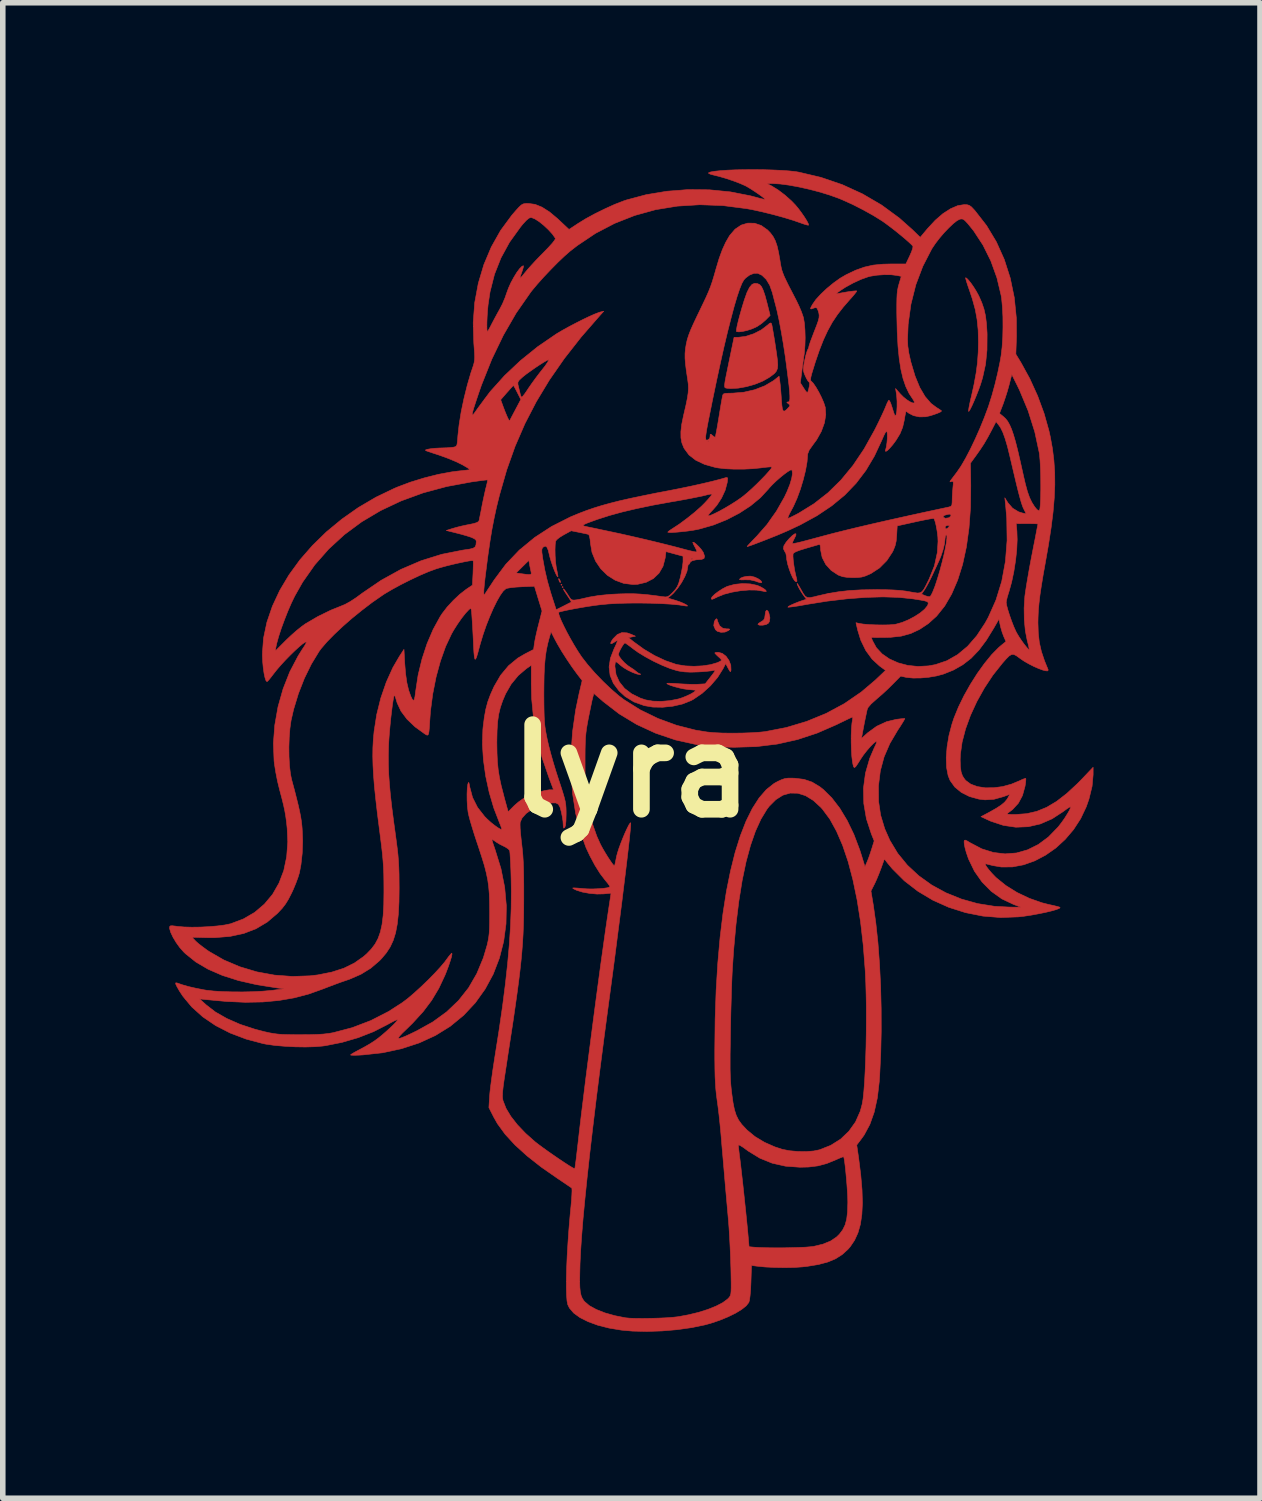
<source format=kicad_pcb>
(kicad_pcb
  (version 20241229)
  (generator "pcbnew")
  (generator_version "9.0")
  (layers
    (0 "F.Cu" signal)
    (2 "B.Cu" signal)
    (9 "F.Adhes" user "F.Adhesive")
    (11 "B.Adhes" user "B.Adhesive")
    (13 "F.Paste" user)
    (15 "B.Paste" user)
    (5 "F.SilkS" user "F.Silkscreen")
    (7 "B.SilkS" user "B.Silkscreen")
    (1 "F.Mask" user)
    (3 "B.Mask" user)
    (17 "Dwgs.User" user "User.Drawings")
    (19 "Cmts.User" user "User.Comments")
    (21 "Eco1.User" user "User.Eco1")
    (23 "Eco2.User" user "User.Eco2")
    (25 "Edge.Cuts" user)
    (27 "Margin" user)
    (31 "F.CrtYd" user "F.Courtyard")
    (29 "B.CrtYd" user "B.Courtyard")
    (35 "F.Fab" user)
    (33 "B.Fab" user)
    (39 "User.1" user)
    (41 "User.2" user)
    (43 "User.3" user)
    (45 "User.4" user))
  (footprint "lyra"
    (layer "F.Cu")
    (at 8.323 10.838)
    (property "Reference" "lyra" (at 0 0 0) (layer "F.SilkS") (effects (font (size 1.524 1.524) (thickness 0.3))))
    (attr through_hole)
    (fp_poly (pts (xy -1.249 -3.355) (xy -1.259 -3.344) (xy -1.27 -3.355) (xy -1.259 -3.365) (xy -1.249 -3.355)) (stroke (width 0.01) (type solid)) (fill yes) (layer "F.Cu"))
    (fp_poly (pts (xy -1.228 -3.313) (xy -1.238 -3.302) (xy -1.249 -3.313) (xy -1.238 -3.323) (xy -1.228 -3.313)) (stroke (width 0.01) (type solid)) (fill yes) (layer "F.Cu"))
    (fp_poly (pts (xy -1.289 -3.443) (xy -1.275 -3.408) (xy -1.276 -3.395) (xy -1.29 -3.402) (xy -1.299 -3.419) (xy -1.311 -3.459) (xy -1.306 -3.467) (xy -1.289 -3.443)) (stroke (width 0.01) (type solid)) (fill yes) (layer "F.Cu"))
    (fp_poly (pts (xy 1.544 -2.734) (xy 1.554 -2.697) (xy 1.589 -2.617) (xy 1.646 -2.572) (xy 1.712 -2.56) (xy 1.761 -2.559) (xy 1.772 -2.551) (xy 1.752 -2.532) (xy 1.747 -2.529) (xy 1.686 -2.502) (xy 1.614 -2.498) (xy 1.549 -2.516) (xy 1.515 -2.545) (xy 1.484 -2.618) (xy 1.494 -2.691) (xy 1.51 -2.719) (xy 1.531 -2.743) (xy 1.544 -2.734)) (stroke (width 0.01) (type solid)) (fill yes) (layer "F.Cu"))
    (fp_poly (pts (xy 2.46 -2.882) (xy 2.477 -2.846) (xy 2.496 -2.758) (xy 2.485 -2.688) (xy 2.464 -2.658) (xy 2.424 -2.637) (xy 2.366 -2.626) (xy 2.311 -2.626) (xy 2.28 -2.638) (xy 2.287 -2.655) (xy 2.323 -2.68) (xy 2.334 -2.686) (xy 2.379 -2.715) (xy 2.401 -2.753) (xy 2.409 -2.81) (xy 2.419 -2.873) (xy 2.437 -2.897) (xy 2.46 -2.882)) (stroke (width 0.01) (type solid)) (fill yes) (layer "F.Cu"))
    (fp_poly (pts (xy 2.158 -3.508) (xy 2.221 -3.492) (xy 2.282 -3.464) (xy 2.329 -3.432) (xy 2.349 -3.403) (xy 2.344 -3.391) (xy 2.322 -3.391) (xy 2.274 -3.406) (xy 2.233 -3.421) (xy 2.143 -3.442) (xy 2.048 -3.444) (xy 1.989 -3.442) (xy 1.953 -3.446) (xy 1.947 -3.451) (xy 1.966 -3.473) (xy 2.014 -3.493) (xy 2.076 -3.506) (xy 2.14 -3.51) (xy 2.158 -3.508)) (stroke (width 0.01) (type solid)) (fill yes) (layer "F.Cu"))
    (fp_poly (pts (xy 2.141 -3.37) (xy 2.265 -3.344) (xy 2.318 -3.322) (xy 2.384 -3.285) (xy 2.422 -3.255) (xy 2.431 -3.235) (xy 2.407 -3.231) (xy 2.367 -3.24) (xy 2.256 -3.258) (xy 2.118 -3.26) (xy 1.967 -3.247) (xy 1.814 -3.221) (xy 1.671 -3.184) (xy 1.552 -3.136) (xy 1.548 -3.134) (xy 1.487 -3.104) (xy 1.454 -3.092) (xy 1.441 -3.098) (xy 1.439 -3.11) (xy 1.457 -3.14) (xy 1.502 -3.184) (xy 1.566 -3.232) (xy 1.638 -3.279) (xy 1.71 -3.317) (xy 1.734 -3.327) (xy 1.861 -3.362) (xy 2.002 -3.376) (xy 2.141 -3.37)) (stroke (width 0.01) (type solid)) (fill yes) (layer "F.Cu"))
    (fp_poly (pts (xy 2.273 -8.779) (xy 2.313 -8.76) (xy 2.346 -8.721) (xy 2.376 -8.657) (xy 2.408 -8.563) (xy 2.443 -8.432) (xy 2.445 -8.425) (xy 2.5 -8.206) (xy 2.419 -8.124) (xy 2.35 -8.064) (xy 2.268 -8.008) (xy 2.231 -7.989) (xy 2.159 -7.959) (xy 2.079 -7.934) (xy 2.002 -7.917) (xy 1.938 -7.91) (xy 1.899 -7.914) (xy 1.893 -7.918) (xy 1.893 -7.948) (xy 1.904 -8.011) (xy 1.925 -8.101) (xy 1.954 -8.211) (xy 1.989 -8.335) (xy 2.029 -8.466) (xy 2.036 -8.488) (xy 2.083 -8.62) (xy 2.129 -8.712) (xy 2.175 -8.766) (xy 2.222 -8.784) (xy 2.224 -8.784) (xy 2.273 -8.779)) (stroke (width 0.01) (type solid)) (fill yes) (layer "F.Cu"))
    (fp_poly (pts (xy 2.526 -8.055) (xy 2.533 -8.024) (xy 2.545 -7.959) (xy 2.561 -7.866) (xy 2.58 -7.754) (xy 2.596 -7.649) (xy 2.618 -7.503) (xy 2.632 -7.393) (xy 2.637 -7.311) (xy 2.631 -7.25) (xy 2.613 -7.204) (xy 2.582 -7.165) (xy 2.535 -7.127) (xy 2.482 -7.089) (xy 2.366 -7.023) (xy 2.225 -6.966) (xy 2.074 -6.923) (xy 1.924 -6.896) (xy 1.789 -6.889) (xy 1.728 -6.894) (xy 1.708 -6.897) (xy 1.693 -6.901) (xy 1.683 -6.911) (xy 1.679 -6.932) (xy 1.681 -6.968) (xy 1.689 -7.025) (xy 1.705 -7.108) (xy 1.728 -7.22) (xy 1.758 -7.367) (xy 1.772 -7.435) (xy 1.85 -7.811) (xy 1.916 -7.811) (xy 2.056 -7.828) (xy 2.202 -7.875) (xy 2.341 -7.946) (xy 2.447 -8.027) (xy 2.49 -8.063) (xy 2.513 -8.071) (xy 2.526 -8.055)) (stroke (width 0.01) (type solid)) (fill yes) (layer "F.Cu"))
    (fp_poly (pts (xy 6.039 -8.877) (xy 6.074 -8.841) (xy 6.119 -8.785) (xy 6.167 -8.716) (xy 6.213 -8.642) (xy 6.252 -8.571) (xy 6.257 -8.562) (xy 6.312 -8.437) (xy 6.352 -8.32) (xy 6.379 -8.2) (xy 6.396 -8.063) (xy 6.407 -7.899) (xy 6.408 -7.863) (xy 6.406 -7.582) (xy 6.38 -7.326) (xy 6.327 -7.085) (xy 6.29 -6.964) (xy 6.253 -6.861) (xy 6.212 -6.757) (xy 6.171 -6.659) (xy 6.134 -6.576) (xy 6.102 -6.513) (xy 6.081 -6.48) (xy 6.075 -6.477) (xy 6.074 -6.496) (xy 6.082 -6.549) (xy 6.097 -6.626) (xy 6.118 -6.721) (xy 6.12 -6.726) (xy 6.172 -6.959) (xy 6.21 -7.166) (xy 6.235 -7.357) (xy 6.248 -7.545) (xy 6.252 -7.726) (xy 6.247 -7.941) (xy 6.228 -8.131) (xy 6.195 -8.312) (xy 6.143 -8.501) (xy 6.096 -8.642) (xy 6.064 -8.734) (xy 6.039 -8.811) (xy 6.024 -8.864) (xy 6.02 -8.885) (xy 6.039 -8.877)) (stroke (width 0.01) (type solid)) (fill yes) (layer "F.Cu"))
    (fp_poly (pts (xy -0.077 -2.488) (xy -0.005 -2.463) (xy 0.074 -2.428) (xy 0.011 -2.415) (xy -0.052 -2.402) (xy 0.043 -2.326) (xy 0.226 -2.193) (xy 0.42 -2.078) (xy 0.614 -1.987) (xy 0.797 -1.924) (xy 0.828 -1.916) (xy 0.972 -1.893) (xy 1.128 -1.886) (xy 1.284 -1.894) (xy 1.429 -1.916) (xy 1.551 -1.952) (xy 1.593 -1.972) (xy 1.619 -1.988) (xy 1.621 -2.005) (xy 1.596 -2.033) (xy 1.57 -2.056) (xy 1.529 -2.095) (xy 1.505 -2.122) (xy 1.503 -2.127) (xy 1.521 -2.135) (xy 1.565 -2.138) (xy 1.638 -2.118) (xy 1.705 -2.067) (xy 1.758 -1.992) (xy 1.791 -1.906) (xy 1.795 -1.817) (xy 1.794 -1.813) (xy 1.788 -1.79) (xy 1.775 -1.797) (xy 1.75 -1.838) (xy 1.743 -1.851) (xy 1.699 -1.935) (xy 1.651 -1.841) (xy 1.553 -1.685) (xy 1.424 -1.534) (xy 1.275 -1.399) (xy 1.116 -1.29) (xy 1.073 -1.267) (xy 0.922 -1.207) (xy 0.748 -1.167) (xy 0.564 -1.148) (xy 0.385 -1.151) (xy 0.233 -1.177) (xy 0.047 -1.244) (xy -0.111 -1.341) (xy -0.224 -1.445) (xy -0.324 -1.579) (xy -0.383 -1.722) (xy -0.401 -1.873) (xy -0.4 -1.881) (xy -0.296 -1.881) (xy -0.276 -1.737) (xy -0.217 -1.605) (xy -0.123 -1.488) (xy 0.005 -1.39) (xy 0.163 -1.312) (xy 0.26 -1.28) (xy 0.388 -1.258) (xy 0.538 -1.254) (xy 0.695 -1.267) (xy 0.843 -1.296) (xy 0.921 -1.321) (xy 1.001 -1.354) (xy 1.072 -1.388) (xy 1.118 -1.415) (xy 1.119 -1.416) (xy 1.169 -1.454) (xy 1.019 -1.468) (xy 0.948 -1.478) (xy 0.867 -1.495) (xy 0.787 -1.516) (xy 0.716 -1.538) (xy 0.664 -1.558) (xy 0.64 -1.574) (xy 0.641 -1.579) (xy 0.664 -1.581) (xy 0.72 -1.58) (xy 0.8 -1.576) (xy 0.859 -1.571) (xy 0.968 -1.565) (xy 1.077 -1.561) (xy 1.171 -1.561) (xy 1.199 -1.562) (xy 1.33 -1.57) (xy 1.431 -1.699) (xy 1.48 -1.763) (xy 1.505 -1.799) (xy 1.507 -1.815) (xy 1.489 -1.814) (xy 1.481 -1.812) (xy 1.438 -1.804) (xy 1.365 -1.796) (xy 1.273 -1.788) (xy 1.201 -1.784) (xy 1.067 -1.78) (xy 0.96 -1.785) (xy 0.862 -1.799) (xy 0.82 -1.808) (xy 0.697 -1.846) (xy 0.554 -1.904) (xy 0.401 -1.976) (xy 0.253 -2.056) (xy 0.119 -2.138) (xy 0.048 -2.189) (xy -0.02 -2.241) (xy -0.075 -2.281) (xy -0.109 -2.304) (xy -0.116 -2.307) (xy -0.136 -2.29) (xy -0.165 -2.247) (xy -0.196 -2.193) (xy -0.221 -2.14) (xy -0.233 -2.101) (xy -0.233 -2.098) (xy -0.217 -2.06) (xy -0.177 -2.007) (xy -0.123 -1.949) (xy -0.062 -1.897) (xy -0.013 -1.864) (xy 0.044 -1.827) (xy 0.084 -1.795) (xy 0.121 -1.766) (xy 0.142 -1.755) (xy 0.166 -1.746) (xy 0.162 -1.737) (xy 0.152 -1.736) (xy 0.098 -1.747) (xy 0.022 -1.775) (xy -0.061 -1.815) (xy -0.136 -1.859) (xy -0.186 -1.896) (xy -0.234 -1.938) (xy -0.27 -1.964) (xy -0.28 -1.968) (xy -0.29 -1.95) (xy -0.296 -1.902) (xy -0.296 -1.881) (xy -0.4 -1.881) (xy -0.377 -2.032) (xy -0.312 -2.2) (xy -0.311 -2.202) (xy -0.278 -2.271) (xy -0.257 -2.323) (xy -0.25 -2.348) (xy -0.252 -2.349) (xy -0.278 -2.339) (xy -0.314 -2.316) (xy -0.357 -2.292) (xy -0.374 -2.299) (xy -0.362 -2.333) (xy -0.329 -2.382) (xy -0.253 -2.458) (xy -0.171 -2.493) (xy -0.077 -2.488)) (stroke (width 0.01) (type solid)) (fill yes) (layer "F.Cu"))
    (fp_poly (pts (xy 2.384 -10.831) (xy 2.55 -10.826) (xy 2.705 -10.819) (xy 2.845 -10.809) (xy 2.962 -10.796) (xy 3.016 -10.787) (xy 3.415 -10.693) (xy 3.799 -10.562) (xy 4.164 -10.395) (xy 4.508 -10.194) (xy 4.827 -9.96) (xy 5.063 -9.75) (xy 5.204 -9.613) (xy 5.336 -9.771) (xy 5.474 -9.92) (xy 5.613 -10.04) (xy 5.75 -10.128) (xy 5.88 -10.184) (xy 5.994 -10.202) (xy 6.048 -10.2) (xy 6.088 -10.188) (xy 6.127 -10.16) (xy 6.176 -10.108) (xy 6.191 -10.091) (xy 6.399 -9.824) (xy 6.575 -9.531) (xy 6.717 -9.215) (xy 6.825 -8.879) (xy 6.898 -8.526) (xy 6.935 -8.156) (xy 6.937 -7.824) (xy 6.926 -7.508) (xy 7.019 -7.355) (xy 7.177 -7.067) (xy 7.318 -6.757) (xy 7.435 -6.439) (xy 7.523 -6.126) (xy 7.546 -6.022) (xy 7.585 -5.808) (xy 7.611 -5.596) (xy 7.626 -5.381) (xy 7.628 -5.157) (xy 7.618 -4.92) (xy 7.596 -4.663) (xy 7.561 -4.382) (xy 7.513 -4.07) (xy 7.458 -3.757) (xy 7.417 -3.528) (xy 7.385 -3.333) (xy 7.36 -3.166) (xy 7.343 -3.02) (xy 7.331 -2.889) (xy 7.326 -2.767) (xy 7.324 -2.671) (xy 7.33 -2.483) (xy 7.349 -2.315) (xy 7.386 -2.152) (xy 7.443 -1.982) (xy 7.508 -1.823) (xy 7.503 -1.804) (xy 7.468 -1.804) (xy 7.41 -1.818) (xy 7.335 -1.846) (xy 7.25 -1.883) (xy 7.162 -1.928) (xy 7.076 -1.977) (xy 7.001 -2.028) (xy 6.992 -2.035) (xy 6.934 -2.077) (xy 6.889 -2.099) (xy 6.848 -2.098) (xy 6.804 -2.071) (xy 6.749 -2.016) (xy 6.684 -1.942) (xy 6.513 -1.727) (xy 6.359 -1.494) (xy 6.223 -1.25) (xy 6.109 -1.003) (xy 6.02 -0.758) (xy 5.958 -0.521) (xy 5.927 -0.3) (xy 5.923 -0.204) (xy 5.927 -0.078) (xy 5.94 0.017) (xy 5.965 0.089) (xy 6.005 0.15) (xy 6.027 0.174) (xy 6.115 0.238) (xy 6.233 0.281) (xy 6.373 0.303) (xy 6.526 0.302) (xy 6.687 0.281) (xy 6.847 0.237) (xy 6.991 0.177) (xy 7.05 0.149) (xy 7.092 0.135) (xy 7.105 0.134) (xy 7.106 0.158) (xy 7.101 0.212) (xy 7.091 0.277) (xy 7.045 0.443) (xy 6.971 0.581) (xy 6.867 0.694) (xy 6.795 0.748) (xy 6.773 0.765) (xy 6.769 0.775) (xy 6.79 0.78) (xy 6.841 0.783) (xy 6.928 0.783) (xy 6.934 0.783) (xy 7.122 0.769) (xy 7.304 0.727) (xy 7.482 0.654) (xy 7.66 0.548) (xy 7.843 0.406) (xy 8.035 0.228) (xy 8.106 0.156) (xy 8.318 -0.067) (xy 8.318 0.067) (xy 8.299 0.277) (xy 8.243 0.506) (xy 8.194 0.646) (xy 8.093 0.859) (xy 7.965 1.056) (xy 7.814 1.233) (xy 7.645 1.388) (xy 7.46 1.517) (xy 7.266 1.619) (xy 7.066 1.69) (xy 6.865 1.728) (xy 6.667 1.73) (xy 6.512 1.704) (xy 6.445 1.687) (xy 6.397 1.675) (xy 6.38 1.672) (xy 6.376 1.686) (xy 6.397 1.723) (xy 6.437 1.776) (xy 6.49 1.838) (xy 6.551 1.902) (xy 6.577 1.927) (xy 6.747 2.064) (xy 6.948 2.189) (xy 7.168 2.294) (xy 7.396 2.374) (xy 7.514 2.404) (xy 7.614 2.426) (xy 7.678 2.442) (xy 7.712 2.452) (xy 7.723 2.461) (xy 7.716 2.469) (xy 7.702 2.478) (xy 7.65 2.498) (xy 7.565 2.522) (xy 7.456 2.548) (xy 7.332 2.573) (xy 7.202 2.597) (xy 7.076 2.616) (xy 6.973 2.628) (xy 6.652 2.64) (xy 6.333 2.614) (xy 6.02 2.552) (xy 5.718 2.456) (xy 5.43 2.327) (xy 5.162 2.167) (xy 4.917 1.978) (xy 4.701 1.762) (xy 4.612 1.655) (xy 4.558 1.584) (xy 4.499 1.75) (xy 4.461 1.849) (xy 4.419 1.951) (xy 4.38 2.036) (xy 4.378 2.039) (xy 4.316 2.162) (xy 4.359 2.42) (xy 4.404 2.741) (xy 4.442 3.096) (xy 4.47 3.476) (xy 4.49 3.874) (xy 4.5 4.283) (xy 4.501 4.692) (xy 4.492 5.096) (xy 4.473 5.486) (xy 4.465 5.599) (xy 4.431 5.889) (xy 4.375 6.144) (xy 4.296 6.367) (xy 4.193 6.558) (xy 4.139 6.633) (xy 4.06 6.737) (xy 4.094 6.972) (xy 4.132 7.277) (xy 4.155 7.545) (xy 4.162 7.781) (xy 4.152 7.986) (xy 4.126 8.165) (xy 4.082 8.319) (xy 4.021 8.453) (xy 3.942 8.57) (xy 3.902 8.616) (xy 3.799 8.71) (xy 3.68 8.786) (xy 3.539 8.845) (xy 3.371 8.89) (xy 3.17 8.923) (xy 3.08 8.933) (xy 2.935 8.943) (xy 2.765 8.946) (xy 2.585 8.943) (xy 2.412 8.935) (xy 2.262 8.92) (xy 2.252 8.919) (xy 2.164 8.907) (xy 2.154 9.211) (xy 2.148 9.347) (xy 2.138 9.457) (xy 2.127 9.536) (xy 2.116 9.573) (xy 2.069 9.634) (xy 1.987 9.699) (xy 1.876 9.767) (xy 1.741 9.833) (xy 1.59 9.895) (xy 1.429 9.949) (xy 1.323 9.978) (xy 1.087 10.027) (xy 0.825 10.064) (xy 0.552 10.087) (xy 0.28 10.096) (xy 0.022 10.09) (xy -0.18 10.072) (xy -0.403 10.035) (xy -0.604 9.984) (xy -0.779 9.92) (xy -0.926 9.846) (xy -1.039 9.764) (xy -1.116 9.674) (xy -1.145 9.614) (xy -1.159 9.546) (xy -1.167 9.44) (xy -1.171 9.301) (xy -1.17 9.193) (xy -0.931 9.193) (xy -0.928 9.301) (xy -0.92 9.383) (xy -0.906 9.447) (xy -0.886 9.496) (xy -0.859 9.538) (xy -0.843 9.558) (xy -0.756 9.632) (xy -0.632 9.7) (xy -0.478 9.761) (xy -0.297 9.812) (xy -0.106 9.85) (xy -0.032 9.857) (xy 0.075 9.861) (xy 0.204 9.862) (xy 0.346 9.86) (xy 0.49 9.856) (xy 0.627 9.85) (xy 0.747 9.841) (xy 0.839 9.831) (xy 0.84 9.831) (xy 1.029 9.796) (xy 1.21 9.752) (xy 1.378 9.699) (xy 1.525 9.64) (xy 1.645 9.578) (xy 1.732 9.514) (xy 1.76 9.485) (xy 1.774 9.466) (xy 1.785 9.444) (xy 1.792 9.415) (xy 1.796 9.372) (xy 1.798 9.31) (xy 1.798 9.223) (xy 1.796 9.105) (xy 1.793 8.952) (xy 1.792 8.932) (xy 1.787 8.764) (xy 1.779 8.584) (xy 1.77 8.406) (xy 1.76 8.242) (xy 1.75 8.106) (xy 1.748 8.086) (xy 1.733 7.919) (xy 1.715 7.716) (xy 1.694 7.482) (xy 1.672 7.222) (xy 1.648 6.942) (xy 1.63 6.738) (xy 1.926 6.738) (xy 1.929 6.769) (xy 1.936 6.832) (xy 1.946 6.918) (xy 1.958 7.007) (xy 1.97 7.107) (xy 1.985 7.24) (xy 2.003 7.398) (xy 2.022 7.572) (xy 2.041 7.753) (xy 2.06 7.932) (xy 2.077 8.101) (xy 2.092 8.252) (xy 2.103 8.374) (xy 2.106 8.407) (xy 2.12 8.57) (xy 2.208 8.578) (xy 2.305 8.584) (xy 2.428 8.588) (xy 2.569 8.59) (xy 2.719 8.59) (xy 2.869 8.587) (xy 3.01 8.583) (xy 3.134 8.578) (xy 3.231 8.57) (xy 3.282 8.564) (xy 3.453 8.523) (xy 3.589 8.467) (xy 3.697 8.394) (xy 3.748 8.344) (xy 3.808 8.264) (xy 3.851 8.176) (xy 3.879 8.072) (xy 3.894 7.943) (xy 3.899 7.782) (xy 3.899 7.758) (xy 3.897 7.673) (xy 3.891 7.568) (xy 3.883 7.452) (xy 3.873 7.331) (xy 3.862 7.215) (xy 3.851 7.111) (xy 3.84 7.026) (xy 3.83 6.969) (xy 3.823 6.949) (xy 3.802 6.954) (xy 3.753 6.973) (xy 3.687 7.002) (xy 3.681 7.005) (xy 3.519 7.071) (xy 3.362 7.113) (xy 3.194 7.134) (xy 3.037 7.138) (xy 2.777 7.119) (xy 2.537 7.065) (xy 2.315 6.975) (xy 2.106 6.847) (xy 2.069 6.82) (xy 2.005 6.774) (xy 1.956 6.744) (xy 1.929 6.735) (xy 1.926 6.738) (xy 1.63 6.738) (xy 1.623 6.648) (xy 1.608 6.477) (xy 1.595 6.346) (xy 1.579 6.194) (xy 1.56 6.04) (xy 1.544 5.924) (xy 1.531 5.825) (xy 1.521 5.726) (xy 1.514 5.621) (xy 1.508 5.502) (xy 1.505 5.361) (xy 1.504 5.253) (xy 1.779 5.253) (xy 1.779 5.377) (xy 1.782 5.481) (xy 1.786 5.572) (xy 1.792 5.656) (xy 1.8 5.738) (xy 1.81 5.821) (xy 1.832 5.978) (xy 1.857 6.102) (xy 1.889 6.202) (xy 1.931 6.287) (xy 1.988 6.366) (xy 2.064 6.447) (xy 2.086 6.47) (xy 2.227 6.586) (xy 2.398 6.689) (xy 2.586 6.772) (xy 2.721 6.816) (xy 2.851 6.841) (xy 2.998 6.854) (xy 3.148 6.856) (xy 3.286 6.845) (xy 3.388 6.824) (xy 3.591 6.744) (xy 3.769 6.632) (xy 3.918 6.49) (xy 4.038 6.322) (xy 4.123 6.13) (xy 4.157 6.005) (xy 4.174 5.906) (xy 4.188 5.77) (xy 4.201 5.602) (xy 4.211 5.41) (xy 4.22 5.197) (xy 4.227 4.97) (xy 4.231 4.735) (xy 4.233 4.496) (xy 4.233 4.26) (xy 4.229 4.033) (xy 4.223 3.819) (xy 4.214 3.624) (xy 4.212 3.588) (xy 4.177 3.136) (xy 4.128 2.713) (xy 4.066 2.32) (xy 3.991 1.96) (xy 3.905 1.633) (xy 3.806 1.341) (xy 3.696 1.086) (xy 3.576 0.868) (xy 3.444 0.69) (xy 3.416 0.658) (xy 3.278 0.531) (xy 3.138 0.445) (xy 2.999 0.401) (xy 2.862 0.398) (xy 2.729 0.436) (xy 2.603 0.516) (xy 2.483 0.636) (xy 2.442 0.69) (xy 2.334 0.868) (xy 2.235 1.085) (xy 2.146 1.341) (xy 2.066 1.636) (xy 1.996 1.971) (xy 1.936 2.346) (xy 1.885 2.761) (xy 1.843 3.217) (xy 1.821 3.545) (xy 1.815 3.653) (xy 1.809 3.794) (xy 1.803 3.963) (xy 1.798 4.15) (xy 1.792 4.349) (xy 1.788 4.551) (xy 1.785 4.71) (xy 1.782 4.926) (xy 1.779 5.105) (xy 1.779 5.253) (xy 1.504 5.253) (xy 1.503 5.193) (xy 1.503 5.014) (xy 1.509 4.469) (xy 1.527 3.951) (xy 1.557 3.461) (xy 1.598 3) (xy 1.65 2.569) (xy 1.712 2.169) (xy 1.786 1.802) (xy 1.869 1.468) (xy 1.963 1.168) (xy 2.066 0.904) (xy 2.179 0.676) (xy 2.301 0.486) (xy 2.432 0.335) (xy 2.572 0.224) (xy 2.636 0.189) (xy 2.707 0.156) (xy 2.764 0.137) (xy 2.823 0.129) (xy 2.901 0.129) (xy 2.946 0.131) (xy 3.11 0.151) (xy 3.255 0.2) (xy 3.393 0.283) (xy 3.458 0.334) (xy 3.61 0.484) (xy 3.754 0.671) (xy 3.888 0.893) (xy 4.009 1.144) (xy 4.114 1.422) (xy 4.15 1.535) (xy 4.208 1.725) (xy 4.245 1.64) (xy 4.271 1.576) (xy 4.301 1.49) (xy 4.328 1.408) (xy 4.374 1.26) (xy 4.323 1.133) (xy 4.234 0.861) (xy 4.187 0.586) (xy 4.181 0.311) (xy 4.217 0.039) (xy 4.294 -0.228) (xy 4.371 -0.407) (xy 4.405 -0.479) (xy 4.419 -0.52) (xy 4.416 -0.533) (xy 4.403 -0.529) (xy 4.361 -0.497) (xy 4.304 -0.439) (xy 4.241 -0.366) (xy 4.18 -0.288) (xy 4.132 -0.217) (xy 4.078 -0.131) (xy 4.042 -0.079) (xy 4.019 -0.061) (xy 4.004 -0.074) (xy 3.992 -0.117) (xy 3.982 -0.172) (xy 3.971 -0.264) (xy 3.964 -0.381) (xy 3.96 -0.511) (xy 3.96 -0.586) (xy 4.145 -0.586) (xy 4.258 -0.688) (xy 4.418 -0.805) (xy 4.598 -0.888) (xy 4.772 -0.93) (xy 4.846 -0.939) (xy 4.901 -0.944) (xy 4.926 -0.944) (xy 4.926 -0.944) (xy 4.918 -0.925) (xy 4.89 -0.878) (xy 4.848 -0.81) (xy 4.798 -0.735) (xy 4.656 -0.494) (xy 4.552 -0.253) (xy 4.485 -0.004) (xy 4.452 0.26) (xy 4.451 0.28) (xy 4.453 0.546) (xy 4.49 0.796) (xy 4.564 1.041) (xy 4.656 1.249) (xy 4.797 1.483) (xy 4.972 1.697) (xy 5.178 1.888) (xy 5.411 2.055) (xy 5.668 2.195) (xy 5.945 2.307) (xy 6.238 2.389) (xy 6.544 2.438) (xy 6.816 2.452) (xy 7.017 2.453) (xy 6.885 2.404) (xy 6.672 2.303) (xy 6.482 2.167) (xy 6.317 2) (xy 6.18 1.805) (xy 6.073 1.584) (xy 6.033 1.467) (xy 6.011 1.387) (xy 5.997 1.318) (xy 5.994 1.274) (xy 5.994 1.272) (xy 6 1.25) (xy 6.015 1.245) (xy 6.047 1.259) (xy 6.106 1.295) (xy 6.107 1.295) (xy 6.313 1.403) (xy 6.522 1.468) (xy 6.731 1.493) (xy 6.937 1.477) (xy 7.138 1.42) (xy 7.331 1.324) (xy 7.513 1.189) (xy 7.682 1.015) (xy 7.691 1.005) (xy 7.749 0.93) (xy 7.805 0.851) (xy 7.853 0.774) (xy 7.891 0.709) (xy 7.911 0.662) (xy 7.911 0.644) (xy 7.892 0.652) (xy 7.848 0.68) (xy 7.789 0.723) (xy 7.779 0.731) (xy 7.578 0.862) (xy 7.367 0.954) (xy 7.149 1.004) (xy 6.926 1.013) (xy 6.702 0.98) (xy 6.478 0.906) (xy 6.435 0.887) (xy 6.298 0.823) (xy 6.457 0.738) (xy 6.575 0.671) (xy 6.662 0.614) (xy 6.723 0.563) (xy 6.766 0.511) (xy 6.78 0.489) (xy 6.803 0.446) (xy 6.812 0.424) (xy 6.812 0.423) (xy 6.79 0.43) (xy 6.741 0.448) (xy 6.699 0.463) (xy 6.532 0.51) (xy 6.371 0.52) (xy 6.261 0.507) (xy 6.09 0.46) (xy 5.944 0.386) (xy 5.826 0.289) (xy 5.742 0.172) (xy 5.706 0.083) (xy 5.678 -0.064) (xy 5.672 -0.239) (xy 5.687 -0.433) (xy 5.721 -0.638) (xy 5.775 -0.844) (xy 5.811 -0.953) (xy 5.892 -1.151) (xy 5.992 -1.356) (xy 6.107 -1.56) (xy 6.231 -1.756) (xy 6.361 -1.937) (xy 6.49 -2.095) (xy 6.615 -2.222) (xy 6.665 -2.265) (xy 6.748 -2.332) (xy 6.708 -2.422) (xy 6.679 -2.499) (xy 6.653 -2.589) (xy 6.645 -2.623) (xy 6.621 -2.735) (xy 6.527 -2.571) (xy 6.394 -2.355) (xy 6.26 -2.176) (xy 6.12 -2.03) (xy 5.969 -1.913) (xy 5.802 -1.818) (xy 5.62 -1.745) (xy 5.497 -1.712) (xy 5.355 -1.688) (xy 5.209 -1.675) (xy 5.073 -1.674) (xy 4.959 -1.685) (xy 4.939 -1.689) (xy 4.851 -1.709) (xy 4.706 -1.562) (xy 4.62 -1.477) (xy 4.522 -1.386) (xy 4.429 -1.306) (xy 4.411 -1.29) (xy 4.318 -1.207) (xy 4.263 -1.142) (xy 4.248 -1.107) (xy 4.224 -0.995) (xy 4.2 -0.88) (xy 4.18 -0.774) (xy 4.164 -0.692) (xy 4.16 -0.669) (xy 4.145 -0.586) (xy 3.96 -0.586) (xy 3.96 -0.642) (xy 3.965 -0.761) (xy 3.973 -0.856) (xy 3.977 -0.884) (xy 3.986 -0.938) (xy 3.988 -0.97) (xy 3.987 -0.974) (xy 3.966 -0.965) (xy 3.914 -0.941) (xy 3.838 -0.904) (xy 3.744 -0.859) (xy 3.698 -0.836) (xy 3.347 -0.683) (xy 2.992 -0.566) (xy 2.629 -0.485) (xy 2.252 -0.439) (xy 1.854 -0.427) (xy 1.716 -0.43) (xy 1.58 -0.436) (xy 1.441 -0.446) (xy 1.313 -0.457) (xy 1.209 -0.469) (xy 1.175 -0.475) (xy 0.796 -0.559) (xy 0.436 -0.681) (xy 0.096 -0.838) (xy -0.221 -1.03) (xy -0.514 -1.256) (xy -0.521 -1.263) (xy -0.676 -1.397) (xy -0.697 -1.318) (xy -0.709 -1.268) (xy -0.726 -1.187) (xy -0.747 -1.084) (xy -0.77 -0.971) (xy -0.776 -0.942) (xy -0.794 -0.845) (xy -0.808 -0.762) (xy -0.818 -0.683) (xy -0.826 -0.601) (xy -0.83 -0.507) (xy -0.833 -0.393) (xy -0.834 -0.252) (xy -0.834 -0.116) (xy -0.834 0.055) (xy -0.833 0.19) (xy -0.83 0.299) (xy -0.825 0.386) (xy -0.817 0.461) (xy -0.807 0.53) (xy -0.794 0.6) (xy -0.788 0.627) (xy -0.713 0.917) (xy -0.623 1.174) (xy -0.556 1.323) (xy -0.517 1.395) (xy -0.47 1.475) (xy -0.422 1.553) (xy -0.375 1.623) (xy -0.337 1.677) (xy -0.311 1.706) (xy -0.304 1.708) (xy -0.297 1.686) (xy -0.285 1.632) (xy -0.27 1.557) (xy -0.266 1.536) (xy -0.249 1.473) (xy -0.223 1.391) (xy -0.189 1.299) (xy -0.151 1.203) (xy -0.112 1.111) (xy -0.075 1.031) (xy -0.044 0.97) (xy -0.021 0.937) (xy -0.012 0.933) (xy -0.011 0.958) (xy -0.015 1.022) (xy -0.025 1.122) (xy -0.039 1.258) (xy -0.058 1.425) (xy -0.081 1.622) (xy -0.108 1.846) (xy -0.139 2.095) (xy -0.172 2.366) (xy -0.209 2.656) (xy -0.249 2.964) (xy -0.29 3.286) (xy -0.334 3.62) (xy -0.38 3.964) (xy -0.402 4.128) (xy -0.487 4.766) (xy -0.564 5.362) (xy -0.634 5.917) (xy -0.696 6.431) (xy -0.751 6.903) (xy -0.798 7.335) (xy -0.838 7.725) (xy -0.871 8.074) (xy -0.896 8.382) (xy -0.914 8.65) (xy -0.925 8.877) (xy -0.925 8.88) (xy -0.929 9.055) (xy -0.931 9.193) (xy -1.17 9.193) (xy -1.17 9.133) (xy -1.165 8.94) (xy -1.156 8.727) (xy -1.142 8.498) (xy -1.125 8.257) (xy -1.104 8.008) (xy -1.088 7.844) (xy -1.078 7.733) (xy -1.072 7.637) (xy -1.069 7.564) (xy -1.071 7.521) (xy -1.073 7.514) (xy -1.096 7.497) (xy -1.148 7.462) (xy -1.22 7.413) (xy -1.306 7.355) (xy -1.323 7.344) (xy -1.622 7.136) (xy -1.88 6.933) (xy -2.097 6.736) (xy -2.274 6.543) (xy -2.412 6.354) (xy -2.479 6.235) (xy -2.566 6.064) (xy -2.554 5.868) (xy -2.322 5.868) (xy -2.318 5.906) (xy -2.312 5.939) (xy -2.31 5.943) (xy -2.258 6.077) (xy -2.171 6.222) (xy -2.052 6.374) (xy -1.905 6.528) (xy -1.735 6.679) (xy -1.735 6.679) (xy -1.672 6.728) (xy -1.592 6.787) (xy -1.499 6.854) (xy -1.4 6.923) (xy -1.301 6.991) (xy -1.208 7.053) (xy -1.128 7.105) (xy -1.065 7.143) (xy -1.028 7.163) (xy -1.02 7.165) (xy -1.015 7.143) (xy -1.007 7.084) (xy -0.995 6.996) (xy -0.982 6.885) (xy -0.967 6.756) (xy -0.961 6.706) (xy -0.933 6.459) (xy -0.9 6.18) (xy -0.862 5.874) (xy -0.822 5.547) (xy -0.778 5.205) (xy -0.733 4.854) (xy -0.687 4.5) (xy -0.641 4.149) (xy -0.595 3.807) (xy -0.551 3.479) (xy -0.508 3.173) (xy -0.469 2.893) (xy -0.433 2.646) (xy -0.415 2.525) (xy -0.366 2.201) (xy -0.498 2.214) (xy -0.618 2.217) (xy -0.753 2.205) (xy -0.884 2.181) (xy -0.991 2.147) (xy -1.036 2.125) (xy -1.057 2.11) (xy -1.056 2.108) (xy -1.033 2.106) (xy -0.978 2.109) (xy -0.902 2.115) (xy -0.876 2.118) (xy -0.791 2.124) (xy -0.693 2.125) (xy -0.594 2.121) (xy -0.504 2.114) (xy -0.433 2.104) (xy -0.391 2.091) (xy -0.387 2.088) (xy -0.394 2.067) (xy -0.424 2.025) (xy -0.469 1.97) (xy -0.471 1.968) (xy -0.562 1.849) (xy -0.656 1.699) (xy -0.747 1.529) (xy -0.816 1.382) (xy -0.923 1.086) (xy -1.004 0.762) (xy -1.058 0.415) (xy -1.086 0.051) (xy -1.086 -0.325) (xy -1.059 -0.709) (xy -1.004 -1.095) (xy -0.94 -1.401) (xy -0.886 -1.629) (xy -0.98 -1.751) (xy -1.068 -1.872) (xy -1.162 -2.011) (xy -1.253 -2.153) (xy -1.331 -2.286) (xy -1.377 -2.371) (xy -1.447 -2.508) (xy -1.473 -2.42) (xy -1.506 -2.297) (xy -1.532 -2.174) (xy -1.551 -2.042) (xy -1.564 -1.895) (xy -1.572 -1.725) (xy -1.575 -1.525) (xy -1.576 -1.386) (xy -1.575 -1.218) (xy -1.573 -1.085) (xy -1.57 -0.978) (xy -1.565 -0.889) (xy -1.558 -0.81) (xy -1.547 -0.735) (xy -1.532 -0.653) (xy -1.516 -0.572) (xy -1.49 -0.458) (xy -1.453 -0.317) (xy -1.409 -0.161) (xy -1.361 -0.002) (xy -1.316 0.138) (xy -1.269 0.28) (xy -1.234 0.39) (xy -1.209 0.475) (xy -1.192 0.544) (xy -1.182 0.604) (xy -1.177 0.662) (xy -1.175 0.727) (xy -1.175 0.777) (xy -1.178 0.898) (xy -1.186 0.979) (xy -1.2 1.018) (xy -1.201 1.019) (xy -1.219 1.029) (xy -1.226 1.007) (xy -1.228 0.966) (xy -1.232 0.904) (xy -1.245 0.82) (xy -1.261 0.74) (xy -1.285 0.653) (xy -1.315 0.6) (xy -1.359 0.576) (xy -1.427 0.575) (xy -1.514 0.589) (xy -1.661 0.631) (xy -1.79 0.691) (xy -1.895 0.765) (xy -1.969 0.848) (xy -2.003 0.924) (xy -2.005 0.965) (xy -2.003 1.039) (xy -1.995 1.136) (xy -1.983 1.249) (xy -1.977 1.3) (xy -1.965 1.407) (xy -1.955 1.512) (xy -1.948 1.624) (xy -1.943 1.749) (xy -1.94 1.894) (xy -1.938 2.067) (xy -1.938 2.275) (xy -1.938 2.297) (xy -1.939 2.474) (xy -1.941 2.639) (xy -1.945 2.795) (xy -1.951 2.947) (xy -1.96 3.099) (xy -1.972 3.254) (xy -1.987 3.417) (xy -2.006 3.592) (xy -2.029 3.782) (xy -2.057 3.993) (xy -2.09 4.227) (xy -2.128 4.49) (xy -2.173 4.784) (xy -2.224 5.115) (xy -2.245 5.256) (xy -2.272 5.431) (xy -2.293 5.57) (xy -2.308 5.677) (xy -2.317 5.76) (xy -2.322 5.821) (xy -2.322 5.868) (xy -2.554 5.868) (xy -2.554 5.863) (xy -2.547 5.784) (xy -2.534 5.672) (xy -2.516 5.536) (xy -2.495 5.385) (xy -2.471 5.228) (xy -2.458 5.144) (xy -2.384 4.675) (xy -2.321 4.242) (xy -2.27 3.842) (xy -2.229 3.469) (xy -2.198 3.12) (xy -2.177 2.79) (xy -2.165 2.474) (xy -2.162 2.169) (xy -2.166 1.935) (xy -2.17 1.797) (xy -2.175 1.672) (xy -2.181 1.566) (xy -2.186 1.487) (xy -2.191 1.44) (xy -2.192 1.432) (xy -2.219 1.403) (xy -2.27 1.37) (xy -2.3 1.355) (xy -2.37 1.32) (xy -2.432 1.282) (xy -2.449 1.27) (xy -2.488 1.243) (xy -2.511 1.234) (xy -2.511 1.234) (xy -2.508 1.256) (xy -2.492 1.308) (xy -2.467 1.381) (xy -2.454 1.42) (xy -2.349 1.759) (xy -2.282 2.096) (xy -2.252 2.428) (xy -2.258 2.754) (xy -2.3 3.069) (xy -2.377 3.371) (xy -2.488 3.659) (xy -2.633 3.927) (xy -2.81 4.175) (xy -3.02 4.4) (xy -3.261 4.598) (xy -3.265 4.601) (xy -3.53 4.765) (xy -3.823 4.899) (xy -4.141 5.003) (xy -4.481 5.076) (xy -4.839 5.115) (xy -4.842 5.115) (xy -4.932 5.12) (xy -5.004 5.121) (xy -5.048 5.119) (xy -5.059 5.115) (xy -5.041 5.1) (xy -4.995 5.072) (xy -4.928 5.036) (xy -4.905 5.024) (xy -4.81 4.973) (xy -4.709 4.915) (xy -4.627 4.862) (xy -4.565 4.817) (xy -4.493 4.759) (xy -4.418 4.694) (xy -4.346 4.628) (xy -4.283 4.568) (xy -4.237 4.519) (xy -4.214 4.488) (xy -4.213 4.48) (xy -4.234 4.485) (xy -4.284 4.508) (xy -4.353 4.545) (xy -4.398 4.57) (xy -4.645 4.696) (xy -4.921 4.804) (xy -5.213 4.889) (xy -5.509 4.948) (xy -5.561 4.955) (xy -5.701 4.967) (xy -5.871 4.972) (xy -6.056 4.969) (xy -6.243 4.959) (xy -6.421 4.944) (xy -6.575 4.922) (xy -6.629 4.912) (xy -6.941 4.829) (xy -7.228 4.72) (xy -7.489 4.586) (xy -7.72 4.429) (xy -7.918 4.251) (xy -8.04 4.105) (xy -7.779 4.105) (xy -7.663 4.21) (xy -7.494 4.341) (xy -7.287 4.459) (xy -7.048 4.564) (xy -6.78 4.652) (xy -6.615 4.695) (xy -6.527 4.715) (xy -6.45 4.729) (xy -6.374 4.739) (xy -6.289 4.746) (xy -6.185 4.749) (xy -6.054 4.751) (xy -5.969 4.751) (xy -5.797 4.75) (xy -5.66 4.746) (xy -5.547 4.739) (xy -5.451 4.728) (xy -5.371 4.714) (xy -5.029 4.624) (xy -4.694 4.496) (xy -4.373 4.332) (xy -4.128 4.174) (xy -4.027 4.098) (xy -3.911 3.999) (xy -3.787 3.886) (xy -3.662 3.766) (xy -3.545 3.647) (xy -3.442 3.535) (xy -3.361 3.439) (xy -3.334 3.402) (xy -3.29 3.342) (xy -3.254 3.299) (xy -3.235 3.281) (xy -3.234 3.281) (xy -3.231 3.299) (xy -3.241 3.35) (xy -3.264 3.426) (xy -3.296 3.521) (xy -3.337 3.629) (xy -3.359 3.683) (xy -3.468 3.915) (xy -3.597 4.131) (xy -3.753 4.338) (xy -3.941 4.543) (xy -4.044 4.644) (xy -4.123 4.72) (xy -4.174 4.774) (xy -4.196 4.807) (xy -4.188 4.818) (xy -4.149 4.809) (xy -4.075 4.78) (xy -3.967 4.73) (xy -3.86 4.678) (xy -3.576 4.52) (xy -3.327 4.339) (xy -3.113 4.135) (xy -2.932 3.906) (xy -2.784 3.65) (xy -2.666 3.366) (xy -2.598 3.137) (xy -2.582 3.066) (xy -2.57 2.999) (xy -2.561 2.926) (xy -2.556 2.839) (xy -2.553 2.731) (xy -2.552 2.591) (xy -2.552 2.529) (xy -2.554 2.361) (xy -2.559 2.217) (xy -2.57 2.087) (xy -2.587 1.963) (xy -2.613 1.837) (xy -2.648 1.7) (xy -2.696 1.545) (xy -2.756 1.361) (xy -2.783 1.281) (xy -2.827 1.147) (xy -2.867 1.018) (xy -2.902 0.901) (xy -2.927 0.806) (xy -2.941 0.742) (xy -2.941 0.741) (xy -2.953 0.642) (xy -2.959 0.53) (xy -2.96 0.418) (xy -2.956 0.319) (xy -2.947 0.246) (xy -2.944 0.233) (xy -2.934 0.207) (xy -2.926 0.213) (xy -2.917 0.255) (xy -2.912 0.285) (xy -2.861 0.477) (xy -2.771 0.656) (xy -2.642 0.821) (xy -2.597 0.866) (xy -2.53 0.927) (xy -2.462 0.981) (xy -2.401 1.024) (xy -2.357 1.049) (xy -2.336 1.052) (xy -2.339 1.029) (xy -2.356 0.98) (xy -2.377 0.929) (xy -2.478 0.667) (xy -2.561 0.385) (xy -2.624 0.093) (xy -2.665 -0.2) (xy -2.683 -0.482) (xy -2.682 -0.497) (xy -2.423 -0.497) (xy -2.42 -0.318) (xy -2.413 -0.165) (xy -2.399 -0.025) (xy -2.377 0.114) (xy -2.345 0.264) (xy -2.3 0.437) (xy -2.284 0.5) (xy -2.219 0.735) (xy -2.11 0.625) (xy -2.034 0.559) (xy -1.947 0.497) (xy -1.88 0.459) (xy -1.778 0.417) (xy -1.667 0.38) (xy -1.562 0.353) (xy -1.476 0.339) (xy -1.459 0.339) (xy -1.402 0.339) (xy -1.48 0.132) (xy -1.607 -0.237) (xy -1.7 -0.592) (xy -1.762 -0.944) (xy -1.796 -1.303) (xy -1.803 -1.571) (xy -1.803 -1.904) (xy -1.891 -1.844) (xy -2.038 -1.719) (xy -2.166 -1.563) (xy -2.265 -1.391) (xy -2.319 -1.264) (xy -2.36 -1.144) (xy -2.39 -1.021) (xy -2.409 -0.886) (xy -2.419 -0.73) (xy -2.423 -0.543) (xy -2.423 -0.497) (xy -2.682 -0.497) (xy -2.675 -0.744) (xy -2.671 -0.787) (xy -2.649 -0.964) (xy -2.622 -1.112) (xy -2.587 -1.244) (xy -2.539 -1.374) (xy -2.476 -1.515) (xy -2.475 -1.518) (xy -2.356 -1.723) (xy -2.213 -1.895) (xy -2.046 -2.033) (xy -1.92 -2.107) (xy -1.761 -2.189) (xy -1.747 -2.293) (xy -1.736 -2.357) (xy -1.717 -2.448) (xy -1.693 -2.553) (xy -1.671 -2.639) (xy -1.621 -2.835) (xy -1.31 -2.835) (xy -1.293 -2.781) (xy -1.261 -2.703) (xy -1.215 -2.607) (xy -1.161 -2.5) (xy -1.099 -2.386) (xy -1.034 -2.273) (xy -0.969 -2.166) (xy -0.907 -2.072) (xy -0.894 -2.053) (xy -0.787 -1.915) (xy -0.657 -1.766) (xy -0.513 -1.616) (xy -0.366 -1.476) (xy -0.225 -1.354) (xy -0.135 -1.286) (xy 0.16 -1.101) (xy 0.479 -0.946) (xy 0.814 -0.823) (xy 1.156 -0.736) (xy 1.365 -0.702) (xy 1.491 -0.69) (xy 1.646 -0.683) (xy 1.818 -0.681) (xy 1.995 -0.683) (xy 2.165 -0.689) (xy 2.314 -0.699) (xy 2.41 -0.709) (xy 2.791 -0.783) (xy 3.158 -0.893) (xy 3.509 -1.037) (xy 3.838 -1.214) (xy 4.142 -1.423) (xy 4.391 -1.634) (xy 4.579 -1.812) (xy 4.471 -1.891) (xy 4.337 -2.014) (xy 4.223 -2.17) (xy 4.134 -2.353) (xy 4.117 -2.406) (xy 4.322 -2.406) (xy 4.342 -2.351) (xy 4.413 -2.221) (xy 4.517 -2.109) (xy 4.649 -2.018) (xy 4.805 -1.948) (xy 4.977 -1.902) (xy 5.161 -1.883) (xy 5.352 -1.893) (xy 5.477 -1.916) (xy 5.684 -1.986) (xy 5.877 -2.096) (xy 6.057 -2.246) (xy 6.222 -2.436) (xy 6.372 -2.664) (xy 6.43 -2.769) (xy 6.549 -3.036) (xy 6.752 -3.036) (xy 6.76 -2.983) (xy 6.782 -2.902) (xy 6.813 -2.804) (xy 6.85 -2.699) (xy 6.889 -2.599) (xy 6.927 -2.514) (xy 6.947 -2.477) (xy 6.986 -2.412) (xy 7.032 -2.344) (xy 7.08 -2.278) (xy 7.123 -2.225) (xy 7.154 -2.192) (xy 7.167 -2.186) (xy 7.165 -2.207) (xy 7.154 -2.26) (xy 7.136 -2.332) (xy 7.131 -2.35) (xy 7.097 -2.525) (xy 7.078 -2.725) (xy 7.075 -2.937) (xy 7.088 -3.146) (xy 7.089 -3.154) (xy 7.101 -3.238) (xy 7.119 -3.355) (xy 7.143 -3.496) (xy 7.17 -3.651) (xy 7.2 -3.812) (xy 7.219 -3.91) (xy 7.247 -4.054) (xy 7.273 -4.184) (xy 7.294 -4.295) (xy 7.31 -4.379) (xy 7.321 -4.433) (xy 7.324 -4.45) (xy 7.304 -4.452) (xy 7.251 -4.455) (xy 7.175 -4.456) (xy 7.128 -4.456) (xy 6.932 -4.457) (xy 6.945 -4.319) (xy 6.95 -4.167) (xy 6.942 -3.987) (xy 6.921 -3.792) (xy 6.89 -3.593) (xy 6.85 -3.403) (xy 6.803 -3.233) (xy 6.793 -3.203) (xy 6.771 -3.13) (xy 6.756 -3.066) (xy 6.752 -3.036) (xy 6.549 -3.036) (xy 6.569 -3.082) (xy 6.672 -3.417) (xy 6.738 -3.774) (xy 6.768 -4.152) (xy 6.762 -4.552) (xy 6.74 -4.805) (xy 6.727 -4.921) (xy 6.782 -4.833) (xy 6.867 -4.734) (xy 6.976 -4.668) (xy 7.044 -4.647) (xy 7.113 -4.632) (xy 7.069 -4.718) (xy 7.054 -4.75) (xy 7.038 -4.794) (xy 7.019 -4.853) (xy 6.997 -4.931) (xy 6.97 -5.033) (xy 6.938 -5.162) (xy 6.9 -5.322) (xy 6.854 -5.517) (xy 6.82 -5.662) (xy 6.775 -5.845) (xy 6.732 -5.99) (xy 6.691 -6.102) (xy 6.65 -6.186) (xy 6.618 -6.231) (xy 6.569 -6.293) (xy 6.488 -6.136) (xy 6.417 -6.004) (xy 6.352 -5.892) (xy 6.28 -5.783) (xy 6.205 -5.677) (xy 6.108 -5.544) (xy 6.114 -5.137) (xy 6.109 -4.744) (xy 6.082 -4.376) (xy 6.035 -4.035) (xy 5.967 -3.722) (xy 5.878 -3.439) (xy 5.77 -3.188) (xy 5.644 -2.971) (xy 5.498 -2.789) (xy 5.349 -2.655) (xy 5.191 -2.55) (xy 5.032 -2.476) (xy 4.862 -2.429) (xy 4.67 -2.408) (xy 4.547 -2.405) (xy 4.322 -2.406) (xy 4.117 -2.406) (xy 4.077 -2.537) (xy 4.046 -2.671) (xy 4.102 -2.658) (xy 4.178 -2.646) (xy 4.283 -2.637) (xy 4.403 -2.632) (xy 4.527 -2.63) (xy 4.641 -2.632) (xy 4.732 -2.639) (xy 4.768 -2.645) (xy 4.878 -2.676) (xy 4.993 -2.724) (xy 5.104 -2.783) (xy 5.203 -2.847) (xy 5.282 -2.913) (xy 5.332 -2.974) (xy 5.343 -2.999) (xy 5.348 -3.022) (xy 5.343 -3.039) (xy 5.322 -3.053) (xy 5.279 -3.066) (xy 5.207 -3.079) (xy 5.101 -3.096) (xy 5.069 -3.101) (xy 4.818 -3.127) (xy 4.533 -3.136) (xy 4.22 -3.127) (xy 3.883 -3.101) (xy 3.527 -3.059) (xy 3.157 -3) (xy 3.125 -2.994) (xy 3.019 -2.975) (xy 2.928 -2.961) (xy 2.86 -2.953) (xy 2.824 -2.95) (xy 2.82 -2.951) (xy 2.831 -2.965) (xy 2.874 -2.988) (xy 2.939 -3.017) (xy 3.017 -3.048) (xy 3.074 -3.068) (xy 3.154 -3.094) (xy 3.103 -3.161) (xy 3.062 -3.222) (xy 3.023 -3.288) (xy 2.995 -3.345) (xy 2.985 -3.38) (xy 2.985 -3.38) (xy 2.994 -3.372) (xy 3.018 -3.335) (xy 3.049 -3.281) (xy 3.095 -3.199) (xy 3.131 -3.149) (xy 3.169 -3.125) (xy 3.219 -3.123) (xy 3.294 -3.138) (xy 3.347 -3.152) (xy 3.497 -3.186) (xy 5.227 -3.186) (xy 5.286 -3.16) (xy 5.338 -3.143) (xy 5.375 -3.139) (xy 5.396 -3.16) (xy 5.425 -3.216) (xy 5.458 -3.299) (xy 5.475 -3.344) (xy 5.518 -3.477) (xy 5.559 -3.616) (xy 5.596 -3.754) (xy 5.629 -3.886) (xy 5.655 -4.007) (xy 5.674 -4.11) (xy 5.684 -4.189) (xy 5.684 -4.239) (xy 5.675 -4.255) (xy 5.659 -4.236) (xy 5.651 -4.191) (xy 5.651 -4.186) (xy 5.641 -4.095) (xy 5.614 -3.983) (xy 5.575 -3.865) (xy 5.539 -3.781) (xy 5.505 -3.707) (xy 5.461 -3.614) (xy 5.418 -3.52) (xy 5.413 -3.51) (xy 5.37 -3.422) (xy 5.325 -3.338) (xy 5.288 -3.274) (xy 5.282 -3.266) (xy 5.227 -3.186) (xy 3.497 -3.186) (xy 3.546 -3.197) (xy 3.737 -3.229) (xy 3.933 -3.251) (xy 4.146 -3.263) (xy 4.381 -3.267) (xy 4.563 -3.266) (xy 4.712 -3.261) (xy 4.836 -3.253) (xy 4.945 -3.24) (xy 5.002 -3.23) (xy 5.091 -3.214) (xy 5.155 -3.205) (xy 5.201 -3.21) (xy 5.237 -3.232) (xy 5.271 -3.276) (xy 5.309 -3.347) (xy 5.36 -3.45) (xy 5.365 -3.461) (xy 5.459 -3.695) (xy 5.512 -3.936) (xy 5.524 -4.133) (xy 5.521 -4.214) (xy 5.51 -4.306) (xy 5.496 -4.392) (xy 5.652 -4.392) (xy 5.662 -4.364) (xy 5.67 -4.36) (xy 5.698 -4.375) (xy 5.715 -4.392) (xy 5.729 -4.416) (xy 5.707 -4.424) (xy 5.696 -4.424) (xy 5.66 -4.411) (xy 5.652 -4.392) (xy 5.496 -4.392) (xy 5.495 -4.397) (xy 5.477 -4.476) (xy 5.459 -4.532) (xy 5.449 -4.549) (xy 5.426 -4.548) (xy 5.369 -4.539) (xy 5.285 -4.523) (xy 5.182 -4.502) (xy 5.114 -4.487) (xy 4.789 -4.415) (xy 4.779 -4.245) (xy 4.77 -4.14) (xy 4.751 -4.057) (xy 4.719 -3.976) (xy 4.704 -3.945) (xy 4.602 -3.79) (xy 4.471 -3.658) (xy 4.318 -3.558) (xy 4.297 -3.548) (xy 4.217 -3.513) (xy 4.148 -3.493) (xy 4.073 -3.485) (xy 3.99 -3.483) (xy 3.886 -3.488) (xy 3.807 -3.5) (xy 3.737 -3.525) (xy 3.72 -3.533) (xy 3.598 -3.614) (xy 3.502 -3.72) (xy 3.437 -3.846) (xy 3.409 -3.982) (xy 3.408 -4.011) (xy 3.402 -4.065) (xy 3.386 -4.081) (xy 3.381 -4.08) (xy 3.351 -4.071) (xy 3.29 -4.053) (xy 3.207 -4.029) (xy 3.139 -4.009) (xy 3.032 -3.976) (xy 2.962 -3.949) (xy 2.924 -3.926) (xy 2.913 -3.91) (xy 2.911 -3.867) (xy 2.916 -3.796) (xy 2.927 -3.709) (xy 2.941 -3.618) (xy 2.958 -3.538) (xy 2.964 -3.514) (xy 2.98 -3.451) (xy 2.983 -3.419) (xy 2.973 -3.408) (xy 2.967 -3.408) (xy 2.941 -3.427) (xy 2.908 -3.478) (xy 2.875 -3.551) (xy 2.843 -3.637) (xy 2.816 -3.725) (xy 2.799 -3.808) (xy 2.794 -3.861) (xy 2.783 -3.92) (xy 2.76 -3.96) (xy 2.739 -4.003) (xy 2.747 -4.055) (xy 2.788 -4.121) (xy 2.841 -4.183) (xy 2.901 -4.242) (xy 2.944 -4.272) (xy 2.965 -4.273) (xy 2.963 -4.244) (xy 2.938 -4.192) (xy 2.912 -4.14) (xy 2.901 -4.104) (xy 2.902 -4.097) (xy 2.926 -4.098) (xy 2.983 -4.109) (xy 3.067 -4.129) (xy 3.17 -4.156) (xy 3.252 -4.178) (xy 3.445 -4.23) (xy 3.646 -4.283) (xy 3.858 -4.336) (xy 4.085 -4.391) (xy 4.333 -4.449) (xy 4.604 -4.511) (xy 4.904 -4.578) (xy 4.959 -4.59) (xy 5.617 -4.59) (xy 5.621 -4.571) (xy 5.621 -4.571) (xy 5.655 -4.552) (xy 5.712 -4.56) (xy 5.724 -4.564) (xy 5.753 -4.59) (xy 5.757 -4.606) (xy 5.745 -4.626) (xy 5.704 -4.624) (xy 5.699 -4.622) (xy 5.641 -4.606) (xy 5.617 -4.59) (xy 4.959 -4.59) (xy 5.236 -4.651) (xy 5.603 -4.73) (xy 5.72 -4.755) (xy 5.756 -4.767) (xy 5.773 -4.79) (xy 5.778 -4.837) (xy 5.779 -4.868) (xy 5.781 -4.947) (xy 5.787 -5.042) (xy 5.792 -5.099) (xy 5.799 -5.17) (xy 5.798 -5.207) (xy 5.788 -5.219) (xy 5.767 -5.215) (xy 5.766 -5.214) (xy 5.739 -5.208) (xy 5.745 -5.225) (xy 5.748 -5.229) (xy 5.772 -5.261) (xy 5.813 -5.315) (xy 5.862 -5.38) (xy 5.868 -5.388) (xy 5.941 -5.495) (xy 6.022 -5.635) (xy 6.108 -5.8) (xy 6.195 -5.982) (xy 6.28 -6.174) (xy 6.359 -6.368) (xy 6.386 -6.441) (xy 6.631 -6.441) (xy 6.7 -6.385) (xy 6.741 -6.347) (xy 6.779 -6.299) (xy 6.814 -6.236) (xy 6.849 -6.156) (xy 6.884 -6.054) (xy 6.921 -5.927) (xy 6.961 -5.769) (xy 7.005 -5.578) (xy 7.056 -5.35) (xy 7.059 -5.335) (xy 7.098 -5.167) (xy 7.135 -5.032) (xy 7.173 -4.925) (xy 7.215 -4.838) (xy 7.263 -4.762) (xy 7.306 -4.709) (xy 7.336 -4.69) (xy 7.351 -4.696) (xy 7.36 -4.727) (xy 7.367 -4.8) (xy 7.372 -4.912) (xy 7.375 -5.063) (xy 7.375 -5.138) (xy 7.374 -5.305) (xy 7.369 -5.459) (xy 7.362 -5.592) (xy 7.353 -5.695) (xy 7.349 -5.726) (xy 7.267 -6.108) (xy 7.147 -6.489) (xy 6.992 -6.861) (xy 6.948 -6.952) (xy 6.853 -7.142) (xy 6.804 -6.952) (xy 6.773 -6.841) (xy 6.735 -6.722) (xy 6.699 -6.617) (xy 6.693 -6.601) (xy 6.631 -6.441) (xy 6.386 -6.441) (xy 6.429 -6.556) (xy 6.438 -6.583) (xy 6.495 -6.764) (xy 6.551 -6.968) (xy 6.601 -7.177) (xy 6.642 -7.375) (xy 6.66 -7.48) (xy 6.678 -7.631) (xy 6.69 -7.807) (xy 6.694 -7.994) (xy 6.693 -8.182) (xy 6.684 -8.357) (xy 6.67 -8.508) (xy 6.661 -8.565) (xy 6.585 -8.884) (xy 6.475 -9.189) (xy 6.334 -9.473) (xy 6.165 -9.731) (xy 6.059 -9.862) (xy 6.01 -9.914) (xy 5.975 -9.94) (xy 5.942 -9.944) (xy 5.915 -9.939) (xy 5.865 -9.913) (xy 5.797 -9.859) (xy 5.718 -9.784) (xy 5.633 -9.695) (xy 5.55 -9.598) (xy 5.475 -9.5) (xy 5.414 -9.409) (xy 5.412 -9.406) (xy 5.25 -9.091) (xy 5.124 -8.758) (xy 5.036 -8.408) (xy 4.986 -8.046) (xy 4.975 -7.775) (xy 4.98 -7.654) (xy 4.999 -7.524) (xy 5.034 -7.37) (xy 5.038 -7.356) (xy 5.111 -7.112) (xy 5.195 -6.908) (xy 5.291 -6.745) (xy 5.397 -6.622) (xy 5.494 -6.549) (xy 5.547 -6.516) (xy 5.581 -6.492) (xy 5.588 -6.485) (xy 5.569 -6.468) (xy 5.521 -6.446) (xy 5.455 -6.422) (xy 5.383 -6.399) (xy 5.316 -6.384) (xy 5.294 -6.38) (xy 5.186 -6.379) (xy 5.083 -6.401) (xy 5 -6.443) (xy 4.99 -6.451) (xy 4.959 -6.473) (xy 4.946 -6.475) (xy 4.94 -6.451) (xy 4.929 -6.397) (xy 4.917 -6.325) (xy 4.917 -6.324) (xy 4.887 -6.192) (xy 4.839 -6.074) (xy 4.767 -5.956) (xy 4.71 -5.879) (xy 4.654 -5.814) (xy 4.611 -5.772) (xy 4.583 -5.756) (xy 4.575 -5.769) (xy 4.582 -5.794) (xy 4.595 -5.846) (xy 4.605 -5.919) (xy 4.611 -5.998) (xy 4.611 -6.068) (xy 4.605 -6.11) (xy 4.594 -6.118) (xy 4.575 -6.096) (xy 4.547 -6.04) (xy 4.511 -5.957) (xy 4.378 -5.672) (xy 4.225 -5.415) (xy 4.048 -5.182) (xy 3.844 -4.97) (xy 3.61 -4.777) (xy 3.343 -4.598) (xy 3.039 -4.432) (xy 2.824 -4.331) (xy 2.736 -4.293) (xy 2.633 -4.249) (xy 2.52 -4.204) (xy 2.407 -4.159) (xy 2.3 -4.118) (xy 2.208 -4.083) (xy 2.136 -4.057) (xy 2.093 -4.044) (xy 2.086 -4.043) (xy 2.095 -4.057) (xy 2.13 -4.095) (xy 2.184 -4.152) (xy 2.251 -4.222) (xy 2.256 -4.226) (xy 2.444 -4.44) (xy 2.524 -4.554) (xy 2.818 -4.554) (xy 2.82 -4.551) (xy 2.848 -4.56) (xy 2.902 -4.586) (xy 2.975 -4.623) (xy 3.016 -4.645) (xy 3.291 -4.815) (xy 3.543 -5.012) (xy 3.776 -5.241) (xy 3.992 -5.503) (xy 4.192 -5.8) (xy 4.379 -6.136) (xy 4.402 -6.181) (xy 4.456 -6.29) (xy 4.506 -6.395) (xy 4.548 -6.486) (xy 4.577 -6.552) (xy 4.583 -6.568) (xy 4.608 -6.628) (xy 4.63 -6.669) (xy 4.638 -6.68) (xy 4.652 -6.666) (xy 4.673 -6.621) (xy 4.696 -6.552) (xy 4.703 -6.53) (xy 4.727 -6.452) (xy 4.744 -6.409) (xy 4.756 -6.398) (xy 4.766 -6.412) (xy 4.769 -6.418) (xy 4.781 -6.476) (xy 4.786 -6.562) (xy 4.786 -6.661) (xy 4.779 -6.759) (xy 4.774 -6.798) (xy 4.759 -6.89) (xy 4.845 -6.792) (xy 4.901 -6.736) (xy 4.959 -6.689) (xy 5.014 -6.653) (xy 5.06 -6.632) (xy 5.09 -6.628) (xy 5.1 -6.643) (xy 5.083 -6.679) (xy 5.073 -6.694) (xy 5.002 -6.802) (xy 4.943 -6.926) (xy 4.894 -7.069) (xy 4.855 -7.235) (xy 4.825 -7.428) (xy 4.803 -7.651) (xy 4.789 -7.908) (xy 4.782 -8.203) (xy 4.781 -8.255) (xy 4.781 -8.398) (xy 4.783 -8.507) (xy 4.787 -8.592) (xy 4.795 -8.66) (xy 4.807 -8.72) (xy 4.82 -8.768) (xy 4.862 -8.91) (xy 4.786 -8.926) (xy 4.681 -8.939) (xy 4.554 -8.94) (xy 4.422 -8.931) (xy 4.305 -8.912) (xy 4.266 -8.902) (xy 4.137 -8.856) (xy 3.994 -8.79) (xy 3.854 -8.713) (xy 3.768 -8.657) (xy 3.716 -8.62) (xy 3.696 -8.602) (xy 3.706 -8.598) (xy 3.736 -8.603) (xy 3.835 -8.621) (xy 3.926 -8.636) (xy 4 -8.645) (xy 4.047 -8.649) (xy 4.06 -8.647) (xy 4.051 -8.629) (xy 4.018 -8.587) (xy 3.969 -8.529) (xy 3.937 -8.494) (xy 3.817 -8.356) (xy 3.712 -8.221) (xy 3.62 -8.083) (xy 3.538 -7.934) (xy 3.461 -7.769) (xy 3.387 -7.58) (xy 3.312 -7.361) (xy 3.249 -7.156) (xy 3.233 -7.092) (xy 3.228 -7.045) (xy 3.233 -7.029) (xy 3.274 -6.988) (xy 3.323 -6.917) (xy 3.375 -6.828) (xy 3.424 -6.731) (xy 3.465 -6.637) (xy 3.491 -6.557) (xy 3.493 -6.55) (xy 3.502 -6.417) (xy 3.478 -6.271) (xy 3.422 -6.117) (xy 3.337 -5.965) (xy 3.268 -5.872) (xy 3.204 -5.781) (xy 3.176 -5.711) (xy 3.175 -5.697) (xy 3.165 -5.569) (xy 3.138 -5.415) (xy 3.096 -5.246) (xy 3.044 -5.074) (xy 2.984 -4.911) (xy 2.919 -4.766) (xy 2.889 -4.71) (xy 2.851 -4.639) (xy 2.826 -4.584) (xy 2.818 -4.554) (xy 2.524 -4.554) (xy 2.614 -4.681) (xy 2.757 -4.933) (xy 2.806 -5.037) (xy 2.856 -5.162) (xy 2.888 -5.27) (xy 2.902 -5.355) (xy 2.896 -5.411) (xy 2.887 -5.424) (xy 2.863 -5.42) (xy 2.817 -5.392) (xy 2.754 -5.346) (xy 2.682 -5.288) (xy 2.609 -5.224) (xy 2.541 -5.159) (xy 2.485 -5.099) (xy 2.468 -5.078) (xy 2.325 -4.923) (xy 2.148 -4.777) (xy 1.944 -4.644) (xy 1.719 -4.527) (xy 1.48 -4.431) (xy 1.236 -4.361) (xy 1.187 -4.35) (xy 1.107 -4.335) (xy 1.014 -4.322) (xy 0.916 -4.311) (xy 0.823 -4.302) (xy 0.742 -4.297) (xy 0.684 -4.297) (xy 0.657 -4.301) (xy 0.656 -4.303) (xy 0.673 -4.32) (xy 0.714 -4.349) (xy 0.736 -4.363) (xy 0.867 -4.449) (xy 1.007 -4.553) (xy 1.143 -4.662) (xy 1.262 -4.768) (xy 1.321 -4.827) (xy 1.381 -4.892) (xy 1.426 -4.945) (xy 1.451 -4.979) (xy 1.454 -4.988) (xy 1.43 -4.988) (xy 1.378 -4.978) (xy 1.33 -4.966) (xy 1.277 -4.953) (xy 1.189 -4.935) (xy 1.075 -4.912) (xy 0.942 -4.887) (xy 0.798 -4.861) (xy 0.72 -4.848) (xy 0.389 -4.788) (xy 0.097 -4.727) (xy -0.162 -4.666) (xy -0.392 -4.603) (xy -0.598 -4.537) (xy -0.611 -4.533) (xy -0.722 -4.493) (xy -0.799 -4.464) (xy -0.845 -4.444) (xy -0.867 -4.43) (xy -0.869 -4.42) (xy -0.866 -4.417) (xy -0.843 -4.41) (xy -0.787 -4.397) (xy -0.704 -4.38) (xy -0.604 -4.359) (xy -0.572 -4.352) (xy -0.397 -4.315) (xy -0.2 -4.273) (xy 0.009 -4.226) (xy 0.221 -4.177) (xy 0.426 -4.128) (xy 0.617 -4.081) (xy 0.783 -4.039) (xy 0.896 -4.009) (xy 0.997 -3.982) (xy 1.083 -3.961) (xy 1.146 -3.948) (xy 1.177 -3.945) (xy 1.179 -3.945) (xy 1.177 -3.968) (xy 1.156 -4.014) (xy 1.145 -4.034) (xy 1.119 -4.084) (xy 1.107 -4.116) (xy 1.108 -4.121) (xy 1.13 -4.116) (xy 1.168 -4.086) (xy 1.214 -4.042) (xy 1.258 -3.992) (xy 1.291 -3.945) (xy 1.297 -3.934) (xy 1.319 -3.868) (xy 1.308 -3.827) (xy 1.264 -3.811) (xy 1.249 -3.81) (xy 1.167 -3.804) (xy 1.102 -3.789) (xy 1.064 -3.768) (xy 1.058 -3.754) (xy 1.046 -3.728) (xy 1.037 -3.725) (xy 1.021 -3.707) (xy 1.016 -3.676) (xy 1.002 -3.597) (xy 0.963 -3.501) (xy 0.906 -3.396) (xy 0.836 -3.294) (xy 0.761 -3.206) (xy 0.719 -3.167) (xy 0.657 -3.115) (xy 0.8 -3.072) (xy 0.871 -3.048) (xy 0.934 -3.022) (xy 0.982 -2.998) (xy 1.009 -2.98) (xy 1.009 -2.97) (xy 0.977 -2.973) (xy 0.974 -2.973) (xy 0.859 -2.991) (xy 0.711 -3.005) (xy 0.537 -3.015) (xy 0.346 -3.022) (xy 0.148 -3.025) (xy -0.051 -3.024) (xy -0.24 -3.019) (xy -0.413 -3.009) (xy -0.552 -2.996) (xy -0.662 -2.982) (xy -0.785 -2.964) (xy -0.91 -2.943) (xy -1.032 -2.921) (xy -1.141 -2.9) (xy -1.229 -2.881) (xy -1.289 -2.866) (xy -1.308 -2.859) (xy -1.31 -2.835) (xy -1.621 -2.835) (xy -1.609 -2.881) (xy -1.678 -3.105) (xy -1.746 -3.328) (xy -1.98 -3.318) (xy -2.08 -3.312) (xy -2.168 -3.303) (xy -2.232 -3.292) (xy -2.26 -3.283) (xy -2.307 -3.242) (xy -2.362 -3.165) (xy -2.423 -3.059) (xy -2.487 -2.929) (xy -2.551 -2.782) (xy -2.614 -2.623) (xy -2.671 -2.458) (xy -2.721 -2.293) (xy -2.738 -2.231) (xy -2.767 -2.123) (xy -2.789 -2.05) (xy -2.806 -2.014) (xy -2.818 -2.015) (xy -2.828 -2.055) (xy -2.836 -2.134) (xy -2.843 -2.255) (xy -2.846 -2.328) (xy -2.852 -2.452) (xy -2.859 -2.58) (xy -2.866 -2.696) (xy -2.871 -2.769) (xy -2.877 -2.855) (xy -2.883 -2.904) (xy -2.891 -2.925) (xy -2.905 -2.924) (xy -2.926 -2.907) (xy -2.986 -2.843) (xy -3.057 -2.753) (xy -3.131 -2.647) (xy -3.201 -2.537) (xy -3.239 -2.47) (xy -3.347 -2.24) (xy -3.44 -1.978) (xy -3.518 -1.692) (xy -3.578 -1.388) (xy -3.619 -1.077) (xy -3.631 -0.91) (xy -3.638 -0.795) (xy -3.645 -0.717) (xy -3.653 -0.669) (xy -3.665 -0.648) (xy -3.682 -0.646) (xy -3.707 -0.659) (xy -3.72 -0.667) (xy -3.898 -0.796) (xy -4.042 -0.934) (xy -4.15 -1.078) (xy -4.219 -1.226) (xy -4.227 -1.252) (xy -4.246 -1.316) (xy -4.262 -1.358) (xy -4.269 -1.368) (xy -4.279 -1.34) (xy -4.291 -1.276) (xy -4.305 -1.185) (xy -4.319 -1.073) (xy -4.334 -0.947) (xy -4.347 -0.815) (xy -4.359 -0.684) (xy -4.368 -0.56) (xy -4.374 -0.451) (xy -4.374 -0.445) (xy -4.378 -0.278) (xy -4.377 -0.113) (xy -4.371 0.056) (xy -4.358 0.238) (xy -4.34 0.437) (xy -4.314 0.662) (xy -4.281 0.918) (xy -4.261 1.063) (xy -4.237 1.241) (xy -4.218 1.388) (xy -4.204 1.513) (xy -4.195 1.627) (xy -4.189 1.738) (xy -4.185 1.859) (xy -4.184 1.998) (xy -4.183 2.106) (xy -4.186 2.358) (xy -4.197 2.574) (xy -4.217 2.757) (xy -4.247 2.915) (xy -4.289 3.05) (xy -4.344 3.169) (xy -4.414 3.277) (xy -4.499 3.378) (xy -4.538 3.419) (xy -4.695 3.553) (xy -4.872 3.662) (xy -5.076 3.751) (xy -5.149 3.776) (xy -5.237 3.806) (xy -5.348 3.847) (xy -5.467 3.892) (xy -5.555 3.926) (xy -5.812 4.018) (xy -6.075 4.087) (xy -6.349 4.134) (xy -6.64 4.161) (xy -6.952 4.167) (xy -7.291 4.152) (xy -7.662 4.118) (xy -7.673 4.117) (xy -7.779 4.105) (xy -8.04 4.105) (xy -8.082 4.053) (xy -8.141 3.963) (xy -8.186 3.884) (xy -8.208 3.837) (xy -8.207 3.816) (xy -8.184 3.818) (xy -8.176 3.821) (xy -8.09 3.851) (xy -7.975 3.884) (xy -7.843 3.914) (xy -7.707 3.941) (xy -7.652 3.95) (xy -7.525 3.964) (xy -7.367 3.974) (xy -7.188 3.979) (xy -7.001 3.98) (xy -6.815 3.976) (xy -6.643 3.967) (xy -6.494 3.954) (xy -6.466 3.951) (xy -6.255 3.924) (xy -6.382 3.908) (xy -6.748 3.85) (xy -7.077 3.775) (xy -7.369 3.682) (xy -7.624 3.571) (xy -7.845 3.441) (xy -8.031 3.292) (xy -8.065 3.259) (xy -8.135 3.18) (xy -8.201 3.088) (xy -8.256 2.995) (xy -7.914 2.995) (xy -7.847 3.066) (xy -7.799 3.109) (xy -7.727 3.165) (xy -7.644 3.226) (xy -7.604 3.253) (xy -7.34 3.405) (xy -7.052 3.527) (xy -6.745 3.619) (xy -6.428 3.677) (xy -6.107 3.701) (xy -5.789 3.69) (xy -5.646 3.673) (xy -5.396 3.623) (xy -5.179 3.553) (xy -4.99 3.46) (xy -4.824 3.343) (xy -4.769 3.295) (xy -4.685 3.208) (xy -4.616 3.117) (xy -4.562 3.016) (xy -4.521 2.9) (xy -4.491 2.765) (xy -4.471 2.604) (xy -4.46 2.413) (xy -4.457 2.186) (xy -4.457 2.138) (xy -4.458 1.985) (xy -4.46 1.854) (xy -4.465 1.735) (xy -4.473 1.619) (xy -4.484 1.495) (xy -4.5 1.354) (xy -4.521 1.187) (xy -4.536 1.069) (xy -4.574 0.772) (xy -4.604 0.511) (xy -4.628 0.282) (xy -4.644 0.08) (xy -4.654 -0.101) (xy -4.658 -0.266) (xy -4.656 -0.42) (xy -4.648 -0.568) (xy -4.634 -0.714) (xy -4.634 -0.715) (xy -4.587 -1.017) (xy -4.513 -1.315) (xy -4.415 -1.599) (xy -4.297 -1.861) (xy -4.179 -2.064) (xy -4.096 -2.191) (xy -4.083 -1.947) (xy -4.067 -1.752) (xy -4.044 -1.59) (xy -4.012 -1.455) (xy -3.974 -1.348) (xy -3.947 -1.292) (xy -3.927 -1.271) (xy -3.911 -1.286) (xy -3.898 -1.34) (xy -3.886 -1.434) (xy -3.885 -1.439) (xy -3.841 -1.729) (xy -3.771 -2.017) (xy -3.68 -2.294) (xy -3.57 -2.551) (xy -3.445 -2.779) (xy -3.407 -2.837) (xy -3.318 -2.953) (xy -3.208 -3.072) (xy -3.091 -3.182) (xy -2.979 -3.269) (xy -2.971 -3.275) (xy -2.863 -3.347) (xy -2.852 -3.562) (xy -2.849 -3.654) (xy -2.847 -3.728) (xy -2.848 -3.776) (xy -2.851 -3.788) (xy -2.876 -3.79) (xy -2.934 -3.782) (xy -3.017 -3.766) (xy -3.116 -3.745) (xy -3.225 -3.72) (xy -3.334 -3.693) (xy -3.436 -3.665) (xy -3.516 -3.641) (xy -3.65 -3.592) (xy -3.807 -3.525) (xy -3.977 -3.445) (xy -4.148 -3.359) (xy -4.308 -3.272) (xy -4.447 -3.19) (xy -4.487 -3.163) (xy -4.67 -3.036) (xy -4.853 -2.896) (xy -5.032 -2.751) (xy -5.2 -2.604) (xy -5.353 -2.46) (xy -5.484 -2.326) (xy -5.587 -2.206) (xy -5.626 -2.153) (xy -5.764 -1.926) (xy -5.89 -1.669) (xy -5.998 -1.393) (xy -6.084 -1.11) (xy -6.13 -0.91) (xy -6.15 -0.769) (xy -6.163 -0.606) (xy -6.169 -0.432) (xy -6.167 -0.257) (xy -6.158 -0.092) (xy -6.141 0.051) (xy -6.122 0.148) (xy -6.07 0.34) (xy -6.03 0.498) (xy -5.998 0.627) (xy -5.974 0.736) (xy -5.956 0.828) (xy -5.943 0.913) (xy -5.934 0.994) (xy -5.93 1.043) (xy -5.921 1.26) (xy -5.929 1.481) (xy -5.952 1.689) (xy -5.98 1.836) (xy -6.005 1.917) (xy -6.043 2.02) (xy -6.088 2.129) (xy -6.119 2.196) (xy -6.176 2.308) (xy -6.23 2.396) (xy -6.29 2.474) (xy -6.368 2.557) (xy -6.381 2.57) (xy -6.56 2.722) (xy -6.76 2.841) (xy -6.983 2.927) (xy -7.23 2.98) (xy -7.504 3.002) (xy -7.635 3.002) (xy -7.914 2.995) (xy -8.256 2.995) (xy -8.257 2.994) (xy -8.298 2.907) (xy -8.318 2.838) (xy -8.319 2.826) (xy -8.316 2.802) (xy -8.303 2.79) (xy -8.271 2.788) (xy -8.209 2.795) (xy -8.176 2.8) (xy -8.059 2.81) (xy -7.917 2.814) (xy -7.761 2.812) (xy -7.603 2.804) (xy -7.453 2.791) (xy -7.323 2.774) (xy -7.223 2.753) (xy -7.218 2.752) (xy -6.988 2.665) (xy -6.785 2.547) (xy -6.61 2.398) (xy -6.463 2.222) (xy -6.347 2.019) (xy -6.261 1.793) (xy -6.209 1.544) (xy -6.189 1.276) (xy -6.2 1.035) (xy -6.212 0.918) (xy -6.226 0.816) (xy -6.243 0.717) (xy -6.266 0.611) (xy -6.297 0.486) (xy -6.338 0.332) (xy -6.34 0.324) (xy -6.375 0.18) (xy -6.406 0.021) (xy -6.43 -0.13) (xy -6.436 -0.184) (xy -6.448 -0.5) (xy -6.423 -0.827) (xy -6.365 -1.156) (xy -6.274 -1.478) (xy -6.153 -1.786) (xy -6.003 -2.072) (xy -5.929 -2.19) (xy -5.888 -2.252) (xy -5.861 -2.3) (xy -5.852 -2.324) (xy -5.853 -2.325) (xy -5.876 -2.32) (xy -5.923 -2.289) (xy -5.986 -2.236) (xy -6.063 -2.166) (xy -6.146 -2.085) (xy -6.232 -1.997) (xy -6.314 -1.908) (xy -6.388 -1.822) (xy -6.447 -1.747) (xy -6.496 -1.683) (xy -6.536 -1.634) (xy -6.561 -1.61) (xy -6.564 -1.609) (xy -6.582 -1.628) (xy -6.6 -1.682) (xy -6.617 -1.762) (xy -6.631 -1.86) (xy -6.641 -1.968) (xy -6.646 -2.077) (xy -6.646 -2.107) (xy -6.643 -2.16) (xy -6.415 -2.16) (xy -6.219 -2.357) (xy -6.128 -2.443) (xy -6.032 -2.528) (xy -5.941 -2.601) (xy -5.873 -2.65) (xy -5.648 -2.782) (xy -5.413 -2.897) (xy -5.251 -2.962) (xy -5.159 -3) (xy -5.064 -3.052) (xy -4.956 -3.123) (xy -4.849 -3.202) (xy -4.507 -3.435) (xy -4.152 -3.631) (xy -3.788 -3.787) (xy -3.417 -3.903) (xy -3.04 -3.978) (xy -3.007 -3.983) (xy -2.911 -3.997) (xy -2.849 -4.013) (xy -2.814 -4.037) (xy -2.799 -4.073) (xy -2.794 -4.128) (xy -2.794 -4.14) (xy -2.802 -4.163) (xy -2.83 -4.184) (xy -2.88 -4.208) (xy -2.96 -4.234) (xy -3.071 -4.266) (xy -3.217 -4.303) (xy -3.334 -4.332) (xy -3.228 -4.366) (xy -3.156 -4.387) (xy -3.061 -4.411) (xy -2.96 -4.433) (xy -2.936 -4.437) (xy -2.845 -4.456) (xy -2.788 -4.473) (xy -2.757 -4.49) (xy -2.743 -4.511) (xy -2.741 -4.517) (xy -2.734 -4.556) (xy -2.72 -4.625) (xy -2.702 -4.714) (xy -2.689 -4.784) (xy -2.667 -4.891) (xy -2.644 -4.996) (xy -2.624 -5.085) (xy -2.614 -5.121) (xy -2.599 -5.185) (xy -2.59 -5.229) (xy -2.59 -5.243) (xy -2.612 -5.242) (xy -2.668 -5.236) (xy -2.75 -5.225) (xy -2.85 -5.211) (xy -2.88 -5.207) (xy -3.327 -5.124) (xy -3.75 -5.01) (xy -4.147 -4.865) (xy -4.516 -4.691) (xy -4.858 -4.488) (xy -5.17 -4.257) (xy -5.452 -3.998) (xy -5.703 -3.713) (xy -5.922 -3.401) (xy -6.064 -3.15) (xy -6.125 -3.024) (xy -6.188 -2.878) (xy -6.249 -2.723) (xy -6.306 -2.569) (xy -6.353 -2.425) (xy -6.387 -2.303) (xy -6.401 -2.239) (xy -6.415 -2.16) (xy -6.643 -2.16) (xy -6.626 -2.392) (xy -6.565 -2.68) (xy -6.467 -2.967) (xy -6.334 -3.252) (xy -6.168 -3.531) (xy -5.971 -3.802) (xy -5.745 -4.061) (xy -5.494 -4.306) (xy -5.217 -4.535) (xy -4.92 -4.744) (xy -4.602 -4.931) (xy -4.267 -5.092) (xy -4.215 -5.114) (xy -3.982 -5.202) (xy -3.732 -5.279) (xy -3.478 -5.343) (xy -3.236 -5.388) (xy -3.135 -5.401) (xy -2.901 -5.427) (xy -2.959 -5.466) (xy -3.044 -5.516) (xy -3.159 -5.572) (xy -3.293 -5.628) (xy -3.435 -5.68) (xy -3.481 -5.696) (xy -3.568 -5.724) (xy -3.642 -5.749) (xy -3.691 -5.766) (xy -3.704 -5.771) (xy -3.708 -5.783) (xy -3.677 -5.794) (xy -3.619 -5.804) (xy -3.54 -5.813) (xy -3.449 -5.818) (xy -3.405 -5.819) (xy -3.321 -5.822) (xy -3.246 -5.828) (xy -3.202 -5.833) (xy -3.171 -5.841) (xy -3.152 -5.855) (xy -3.14 -5.883) (xy -3.133 -5.935) (xy -3.126 -6.02) (xy -3.126 -6.029) (xy -3.103 -6.236) (xy -3.073 -6.424) (xy -2.868 -6.424) (xy -2.864 -6.41) (xy -2.845 -6.425) (xy -2.813 -6.467) (xy -2.767 -6.533) (xy -2.762 -6.54) (xy -2.653 -6.687) (xy -2.354 -6.687) (xy -2.306 -6.555) (xy -2.276 -6.476) (xy -2.246 -6.404) (xy -2.228 -6.363) (xy -2.197 -6.302) (xy -2.094 -6.497) (xy -1.991 -6.692) (xy -2.054 -6.817) (xy -2.087 -6.881) (xy -2.112 -6.926) (xy -2.124 -6.943) (xy -2.141 -6.928) (xy -2.177 -6.889) (xy -2.227 -6.832) (xy -2.243 -6.815) (xy -2.354 -6.687) (xy -2.653 -6.687) (xy -2.543 -6.834) (xy -2.423 -6.967) (xy -2.044 -6.967) (xy -2.035 -6.929) (xy -2.018 -6.859) (xy -2.003 -6.795) (xy -2.002 -6.789) (xy -1.988 -6.748) (xy -1.973 -6.732) (xy -1.956 -6.75) (xy -1.921 -6.794) (xy -1.877 -6.858) (xy -1.859 -6.886) (xy -1.801 -6.97) (xy -1.728 -7.071) (xy -1.651 -7.173) (xy -1.611 -7.223) (xy -1.554 -7.296) (xy -1.513 -7.356) (xy -1.49 -7.395) (xy -1.489 -7.408) (xy -1.519 -7.397) (xy -1.575 -7.365) (xy -1.648 -7.319) (xy -1.731 -7.264) (xy -1.815 -7.205) (xy -1.893 -7.149) (xy -1.956 -7.099) (xy -1.975 -7.082) (xy -2.022 -7.038) (xy -2.043 -7.004) (xy -2.044 -6.967) (xy -2.423 -6.967) (xy -2.287 -7.119) (xy -2 -7.39) (xy -1.688 -7.642) (xy -1.357 -7.869) (xy -1.333 -7.884) (xy -1.236 -7.941) (xy -1.122 -8.004) (xy -1 -8.068) (xy -0.878 -8.13) (xy -0.763 -8.185) (xy -0.664 -8.229) (xy -0.589 -8.258) (xy -0.561 -8.267) (xy -0.497 -8.282) (xy -0.562 -8.21) (xy -0.905 -7.816) (xy -1.209 -7.428) (xy -1.477 -7.042) (xy -1.712 -6.653) (xy -1.917 -6.257) (xy -2.094 -5.849) (xy -2.245 -5.425) (xy -2.373 -4.979) (xy -2.377 -4.964) (xy -2.429 -4.754) (xy -2.472 -4.555) (xy -2.511 -4.355) (xy -2.546 -4.141) (xy -2.581 -3.9) (xy -2.591 -3.826) (xy -2.616 -3.629) (xy -2.636 -3.471) (xy -2.649 -3.35) (xy -2.657 -3.263) (xy -2.659 -3.206) (xy -2.655 -3.178) (xy -2.647 -3.177) (xy -2.641 -3.184) (xy -2.619 -3.217) (xy -2.58 -3.277) (xy -2.528 -3.355) (xy -2.471 -3.442) (xy -2.378 -3.567) (xy -2.076 -3.567) (xy -1.985 -3.554) (xy -1.895 -3.542) (xy -1.839 -3.538) (xy -1.811 -3.543) (xy -1.802 -3.558) (xy -1.806 -3.582) (xy -1.817 -3.635) (xy -1.831 -3.702) (xy -1.832 -3.711) (xy -1.847 -3.793) (xy -1.962 -3.68) (xy -2.076 -3.567) (xy -2.378 -3.567) (xy -2.26 -3.725) (xy -2.017 -3.98) (xy -2.011 -3.984) (xy -1.613 -3.984) (xy -1.612 -3.939) (xy -1.602 -3.867) (xy -1.596 -3.824) (xy -1.558 -3.616) (xy -1.512 -3.419) (xy -1.453 -3.212) (xy -1.427 -3.13) (xy -1.354 -2.905) (xy -1.222 -2.971) (xy -1.156 -3.005) (xy -1.106 -3.03) (xy -1.083 -3.041) (xy -1.083 -3.041) (xy -1.089 -3.059) (xy -1.114 -3.101) (xy -1.137 -3.136) (xy -1.186 -3.209) (xy -1.214 -3.253) (xy -1.224 -3.275) (xy -1.221 -3.281) (xy -1.205 -3.264) (xy -1.174 -3.222) (xy -1.142 -3.173) (xy -1.115 -3.13) (xy -1.094 -3.101) (xy -1.07 -3.083) (xy -1.037 -3.078) (xy -0.987 -3.083) (xy -0.913 -3.097) (xy -0.808 -3.121) (xy -0.762 -3.132) (xy -0.588 -3.161) (xy -0.376 -3.182) (xy -0.233 -3.189) (xy -0.089 -3.193) (xy 0.037 -3.193) (xy 0.157 -3.187) (xy 0.286 -3.176) (xy 0.434 -3.158) (xy 0.556 -3.141) (xy 0.613 -3.135) (xy 0.652 -3.14) (xy 0.688 -3.162) (xy 0.735 -3.207) (xy 0.75 -3.223) (xy 0.797 -3.275) (xy 0.829 -3.325) (xy 0.854 -3.385) (xy 0.877 -3.468) (xy 0.887 -3.509) (xy 0.907 -3.605) (xy 0.923 -3.696) (xy 0.931 -3.767) (xy 0.931 -3.784) (xy 0.931 -3.821) (xy 1.079 -3.821) (xy 1.09 -3.81) (xy 1.101 -3.821) (xy 1.09 -3.831) (xy 1.079 -3.821) (xy 0.931 -3.821) (xy 0.931 -3.869) (xy 0.778 -3.91) (xy 0.624 -3.952) (xy 0.609 -3.836) (xy 0.57 -3.687) (xy 0.498 -3.563) (xy 0.396 -3.466) (xy 0.267 -3.399) (xy 0.115 -3.363) (xy 0.03 -3.359) (xy -0.136 -3.379) (xy -0.291 -3.436) (xy -0.432 -3.525) (xy -0.551 -3.642) (xy -0.645 -3.781) (xy -0.709 -3.938) (xy -0.736 -4.096) (xy -0.744 -4.174) (xy -0.756 -4.232) (xy -0.769 -4.26) (xy -0.77 -4.261) (xy -0.802 -4.269) (xy -0.862 -4.282) (xy -0.938 -4.298) (xy -0.939 -4.298) (xy -1.084 -4.327) (xy -1.218 -4.254) (xy -1.292 -4.209) (xy -1.344 -4.167) (xy -1.364 -4.139) (xy -1.372 -4.076) (xy -1.375 -3.985) (xy -1.373 -3.879) (xy -1.366 -3.771) (xy -1.354 -3.676) (xy -1.345 -3.63) (xy -1.331 -3.563) (xy -1.323 -3.514) (xy -1.322 -3.497) (xy -1.336 -3.507) (xy -1.359 -3.549) (xy -1.387 -3.613) (xy -1.416 -3.69) (xy -1.444 -3.771) (xy -1.466 -3.847) (xy -1.474 -3.88) (xy -1.497 -3.975) (xy -1.521 -4.031) (xy -1.548 -4.051) (xy -1.58 -4.038) (xy -1.589 -4.031) (xy -1.606 -4.011) (xy -1.613 -3.984) (xy -2.011 -3.984) (xy -1.742 -4.206) (xy -1.436 -4.405) (xy -1.098 -4.576) (xy -0.939 -4.642) (xy -0.808 -4.692) (xy -0.674 -4.738) (xy -0.535 -4.781) (xy -0.383 -4.823) (xy -0.214 -4.866) (xy -0.024 -4.909) (xy 0.195 -4.955) (xy 0.445 -5.006) (xy 0.667 -5.048) (xy 0.88 -5.09) (xy 1.087 -5.133) (xy 1.28 -5.176) (xy 1.453 -5.217) (xy 1.597 -5.254) (xy 1.701 -5.284) (xy 1.724 -5.287) (xy 1.734 -5.273) (xy 1.731 -5.231) (xy 1.726 -5.193) (xy 1.69 -5.058) (xy 1.625 -4.917) (xy 1.539 -4.785) (xy 1.469 -4.705) (xy 1.419 -4.652) (xy 1.388 -4.613) (xy 1.38 -4.594) (xy 1.383 -4.593) (xy 1.425 -4.604) (xy 1.495 -4.635) (xy 1.585 -4.68) (xy 1.686 -4.736) (xy 1.79 -4.798) (xy 1.891 -4.862) (xy 1.979 -4.923) (xy 2.021 -4.955) (xy 2.093 -5.015) (xy 2.173 -5.087) (xy 2.256 -5.166) (xy 2.337 -5.247) (xy 2.411 -5.323) (xy 2.471 -5.39) (xy 2.514 -5.441) (xy 2.532 -5.472) (xy 2.531 -5.477) (xy 2.507 -5.478) (xy 2.451 -5.474) (xy 2.374 -5.466) (xy 2.335 -5.46) (xy 2.186 -5.445) (xy 2.022 -5.437) (xy 1.855 -5.437) (xy 1.698 -5.444) (xy 1.563 -5.459) (xy 1.513 -5.468) (xy 1.318 -5.523) (xy 1.16 -5.598) (xy 1.038 -5.693) (xy 0.953 -5.808) (xy 0.945 -5.823) (xy 0.91 -5.91) (xy 0.905 -5.937) (xy 1.376 -5.937) (xy 1.386 -5.927) (xy 1.397 -5.937) (xy 1.386 -5.948) (xy 1.376 -5.937) (xy 0.905 -5.937) (xy 0.895 -5.99) (xy 1.338 -5.99) (xy 1.342 -5.969) (xy 1.352 -5.961) (xy 1.367 -5.961) (xy 1.376 -5.963) (xy 1.411 -5.991) (xy 1.418 -6.028) (xy 1.42 -6.065) (xy 1.434 -6.066) (xy 1.461 -6.043) (xy 1.494 -6.018) (xy 1.511 -6.013) (xy 1.517 -6.036) (xy 1.528 -6.093) (xy 1.544 -6.178) (xy 1.562 -6.283) (xy 1.575 -6.361) (xy 1.594 -6.479) (xy 1.612 -6.587) (xy 1.627 -6.674) (xy 1.638 -6.734) (xy 1.641 -6.752) (xy 1.649 -6.778) (xy 1.664 -6.794) (xy 1.696 -6.802) (xy 1.755 -6.805) (xy 1.826 -6.806) (xy 2.027 -6.823) (xy 2.223 -6.868) (xy 2.405 -6.939) (xy 2.56 -7.031) (xy 2.581 -7.047) (xy 2.661 -7.111) (xy 2.675 -7.011) (xy 2.683 -6.946) (xy 2.691 -6.853) (xy 2.699 -6.749) (xy 2.702 -6.694) (xy 2.711 -6.587) (xy 2.721 -6.519) (xy 2.737 -6.485) (xy 2.76 -6.483) (xy 2.794 -6.508) (xy 2.817 -6.532) (xy 2.85 -6.569) (xy 2.855 -6.591) (xy 2.834 -6.611) (xy 2.827 -6.616) (xy 2.8 -6.639) (xy 2.808 -6.646) (xy 2.822 -6.646) (xy 2.838 -6.651) (xy 2.849 -6.668) (xy 2.855 -6.702) (xy 2.855 -6.758) (xy 2.85 -6.839) (xy 2.839 -6.95) (xy 2.821 -7.095) (xy 2.805 -7.222) (xy 2.773 -7.464) (xy 2.737 -7.699) (xy 2.699 -7.92) (xy 2.661 -8.12) (xy 2.624 -8.29) (xy 2.601 -8.382) (xy 2.577 -8.472) (xy 2.555 -8.557) (xy 2.539 -8.62) (xy 2.538 -8.622) (xy 2.493 -8.749) (xy 2.43 -8.854) (xy 2.353 -8.929) (xy 2.275 -8.966) (xy 2.208 -8.964) (xy 2.131 -8.934) (xy 2.06 -8.882) (xy 2.026 -8.845) (xy 1.991 -8.783) (xy 1.95 -8.681) (xy 1.903 -8.541) (xy 1.851 -8.365) (xy 1.795 -8.154) (xy 1.733 -7.911) (xy 1.668 -7.637) (xy 1.6 -7.334) (xy 1.529 -7.004) (xy 1.455 -6.649) (xy 1.449 -6.617) (xy 1.412 -6.433) (xy 1.382 -6.286) (xy 1.361 -6.173) (xy 1.347 -6.088) (xy 1.339 -6.029) (xy 1.338 -5.99) (xy 0.895 -5.99) (xy 0.893 -6.004) (xy 0.892 -6.112) (xy 0.907 -6.243) (xy 0.94 -6.403) (xy 0.95 -6.446) (xy 0.985 -6.597) (xy 1.009 -6.716) (xy 1.023 -6.812) (xy 1.028 -6.893) (xy 1.025 -6.97) (xy 1.015 -7.046) (xy 0.991 -7.206) (xy 0.975 -7.333) (xy 0.967 -7.435) (xy 0.967 -7.521) (xy 0.974 -7.598) (xy 0.975 -7.609) (xy 0.989 -7.692) (xy 1.007 -7.771) (xy 1.033 -7.853) (xy 1.069 -7.946) (xy 1.119 -8.058) (xy 1.184 -8.196) (xy 1.218 -8.266) (xy 1.289 -8.414) (xy 1.346 -8.534) (xy 1.39 -8.634) (xy 1.426 -8.724) (xy 1.457 -8.814) (xy 1.487 -8.912) (xy 1.52 -9.027) (xy 1.522 -9.035) (xy 1.58 -9.229) (xy 1.638 -9.388) (xy 1.699 -9.522) (xy 1.766 -9.638) (xy 1.772 -9.647) (xy 1.868 -9.759) (xy 1.978 -9.833) (xy 2.097 -9.869) (xy 2.219 -9.867) (xy 2.34 -9.826) (xy 2.454 -9.745) (xy 2.505 -9.692) (xy 2.554 -9.626) (xy 2.593 -9.551) (xy 2.625 -9.458) (xy 2.652 -9.34) (xy 2.677 -9.197) (xy 2.687 -9.131) (xy 2.698 -9.075) (xy 2.71 -9.024) (xy 2.728 -8.972) (xy 2.752 -8.911) (xy 2.787 -8.837) (xy 2.833 -8.743) (xy 2.895 -8.624) (xy 2.971 -8.477) (xy 3.018 -8.379) (xy 3.061 -8.279) (xy 3.092 -8.191) (xy 3.101 -8.161) (xy 3.117 -8.065) (xy 3.127 -7.941) (xy 3.131 -7.803) (xy 3.127 -7.664) (xy 3.117 -7.537) (xy 3.111 -7.493) (xy 3.1 -7.416) (xy 3.086 -7.316) (xy 3.072 -7.211) (xy 3.069 -7.185) (xy 3.044 -6.992) (xy 3.108 -6.892) (xy 3.143 -6.839) (xy 3.166 -6.818) (xy 3.181 -6.831) (xy 3.195 -6.882) (xy 3.207 -6.937) (xy 3.211 -6.985) (xy 3.202 -7.006) (xy 3.2 -7.006) (xy 3.182 -7.024) (xy 3.155 -7.07) (xy 3.134 -7.114) (xy 3.111 -7.169) (xy 3.1 -7.212) (xy 3.099 -7.257) (xy 3.107 -7.317) (xy 3.122 -7.395) (xy 3.14 -7.477) (xy 3.159 -7.543) (xy 3.173 -7.582) (xy 3.176 -7.587) (xy 3.195 -7.625) (xy 3.196 -7.638) (xy 3.204 -7.669) (xy 3.224 -7.73) (xy 3.255 -7.812) (xy 3.291 -7.907) (xy 3.335 -8.019) (xy 3.364 -8.1) (xy 3.38 -8.161) (xy 3.383 -8.208) (xy 3.377 -8.251) (xy 3.364 -8.293) (xy 3.344 -8.337) (xy 3.32 -8.348) (xy 3.288 -8.339) (xy 3.244 -8.323) (xy 3.227 -8.326) (xy 3.235 -8.354) (xy 3.264 -8.406) (xy 3.324 -8.492) (xy 3.414 -8.59) (xy 3.522 -8.692) (xy 3.641 -8.79) (xy 3.761 -8.876) (xy 3.867 -8.938) (xy 4.039 -9.02) (xy 4.196 -9.076) (xy 4.353 -9.112) (xy 4.525 -9.129) (xy 4.668 -9.133) (xy 4.945 -9.133) (xy 5.014 -9.278) (xy 5.046 -9.351) (xy 5.067 -9.411) (xy 5.073 -9.447) (xy 5.073 -9.45) (xy 5.051 -9.477) (xy 5.002 -9.523) (xy 4.932 -9.585) (xy 4.848 -9.655) (xy 4.757 -9.729) (xy 4.665 -9.8) (xy 4.578 -9.865) (xy 4.52 -9.906) (xy 4.361 -10.005) (xy 4.178 -10.107) (xy 3.986 -10.205) (xy 3.8 -10.289) (xy 3.732 -10.317) (xy 3.573 -10.374) (xy 3.394 -10.429) (xy 3.206 -10.478) (xy 3.018 -10.52) (xy 2.839 -10.553) (xy 2.68 -10.574) (xy 2.55 -10.582) (xy 2.54 -10.582) (xy 2.445 -10.581) (xy 2.529 -10.537) (xy 2.644 -10.466) (xy 2.767 -10.373) (xy 2.885 -10.268) (xy 2.956 -10.194) (xy 3.01 -10.129) (xy 3.065 -10.055) (xy 3.117 -9.98) (xy 3.159 -9.913) (xy 3.186 -9.861) (xy 3.193 -9.833) (xy 3.193 -9.832) (xy 3.169 -9.834) (xy 3.119 -9.848) (xy 3.07 -9.865) (xy 2.922 -9.917) (xy 2.745 -9.971) (xy 2.552 -10.024) (xy 2.357 -10.072) (xy 2.174 -10.112) (xy 2.074 -10.13) (xy 1.647 -10.185) (xy 1.232 -10.2) (xy 0.828 -10.175) (xy 0.437 -10.111) (xy 0.061 -10.007) (xy -0.3 -9.865) (xy -0.645 -9.685) (xy -0.972 -9.466) (xy -1.101 -9.366) (xy -1.205 -9.275) (xy -1.325 -9.161) (xy -1.453 -9.031) (xy -1.58 -8.897) (xy -1.697 -8.766) (xy -1.794 -8.65) (xy -1.818 -8.618) (xy -2.075 -8.249) (xy -2.306 -7.849) (xy -2.514 -7.417) (xy -2.7 -6.951) (xy -2.748 -6.813) (xy -2.799 -6.661) (xy -2.836 -6.548) (xy -2.859 -6.469) (xy -2.868 -6.424) (xy -3.073 -6.424) (xy -3.066 -6.468) (xy -3.015 -6.711) (xy -2.955 -6.952) (xy -2.889 -7.178) (xy -2.868 -7.239) (xy -2.847 -7.302) (xy -2.833 -7.352) (xy -2.825 -7.401) (xy -2.822 -7.456) (xy -2.825 -7.529) (xy -2.832 -7.628) (xy -2.838 -7.708) (xy -2.847 -8.003) (xy -2.603 -8.003) (xy -2.601 -7.944) (xy -2.595 -7.917) (xy -2.593 -7.916) (xy -2.579 -7.934) (xy -2.553 -7.98) (xy -2.519 -8.044) (xy -2.517 -8.049) (xy -2.469 -8.14) (xy -2.414 -8.242) (xy -2.371 -8.319) (xy -2.322 -8.414) (xy -2.276 -8.523) (xy -2.248 -8.604) (xy -2.214 -8.697) (xy -2.17 -8.795) (xy -2.118 -8.891) (xy -2.065 -8.978) (xy -2.014 -9.047) (xy -1.971 -9.09) (xy -1.946 -9.102) (xy -1.944 -9.084) (xy -1.956 -9.038) (xy -1.971 -8.993) (xy -1.993 -8.932) (xy -2.005 -8.89) (xy -2.005 -8.877) (xy -1.99 -8.889) (xy -1.957 -8.926) (xy -1.914 -8.98) (xy -1.869 -9.034) (xy -1.802 -9.109) (xy -1.72 -9.198) (xy -1.631 -9.29) (xy -1.592 -9.329) (xy -1.496 -9.428) (xy -1.425 -9.506) (xy -1.382 -9.562) (xy -1.367 -9.592) (xy -1.368 -9.594) (xy -1.422 -9.671) (xy -1.495 -9.751) (xy -1.576 -9.827) (xy -1.659 -9.894) (xy -1.735 -9.943) (xy -1.796 -9.968) (xy -1.812 -9.97) (xy -1.845 -9.958) (xy -1.891 -9.92) (xy -1.954 -9.852) (xy -2 -9.795) (xy -2.195 -9.524) (xy -2.349 -9.242) (xy -2.466 -8.946) (xy -2.546 -8.63) (xy -2.581 -8.397) (xy -2.591 -8.292) (xy -2.598 -8.185) (xy -2.602 -8.087) (xy -2.603 -8.003) (xy -2.847 -8.003) (xy -2.849 -8.075) (xy -2.822 -8.435) (xy -2.757 -8.785) (xy -2.657 -9.121) (xy -2.523 -9.439) (xy -2.355 -9.737) (xy -2.154 -10.01) (xy -2.084 -10.091) (xy -2.025 -10.156) (xy -1.983 -10.195) (xy -1.947 -10.215) (xy -1.906 -10.222) (xy -1.854 -10.223) (xy -1.735 -10.207) (xy -1.609 -10.156) (xy -1.474 -10.07) (xy -1.326 -9.946) (xy -1.302 -9.923) (xy -1.123 -9.755) (xy -0.958 -9.864) (xy -0.818 -9.95) (xy -0.652 -10.04) (xy -0.475 -10.127) (xy -0.301 -10.206) (xy -0.142 -10.268) (xy -0.088 -10.286) (xy 0.267 -10.381) (xy 0.639 -10.443) (xy 1.022 -10.473) (xy 1.405 -10.469) (xy 1.782 -10.432) (xy 2.144 -10.361) (xy 2.254 -10.332) (xy 2.327 -10.312) (xy 2.382 -10.3) (xy 2.408 -10.297) (xy 2.409 -10.297) (xy 2.397 -10.312) (xy 2.358 -10.344) (xy 2.3 -10.386) (xy 2.231 -10.433) (xy 2.159 -10.48) (xy 2.094 -10.519) (xy 2.053 -10.542) (xy 1.96 -10.583) (xy 1.841 -10.628) (xy 1.711 -10.672) (xy 1.585 -10.709) (xy 1.491 -10.732) (xy 1.43 -10.748) (xy 1.394 -10.764) (xy 1.389 -10.774) (xy 1.427 -10.79) (xy 1.501 -10.803) (xy 1.606 -10.814) (xy 1.736 -10.823) (xy 1.884 -10.829) (xy 2.046 -10.832) (xy 2.214 -10.833) (xy 2.384 -10.831)) (stroke (width 0.01) (type solid)) (fill yes) (layer "F.Cu")))
  (gr_rect
    (start -3 -3)
    (end 19.647 23.939)
    (stroke (width 0.1) (type default))
    (fill no)
    (layer "Edge.Cuts")))
</source>
